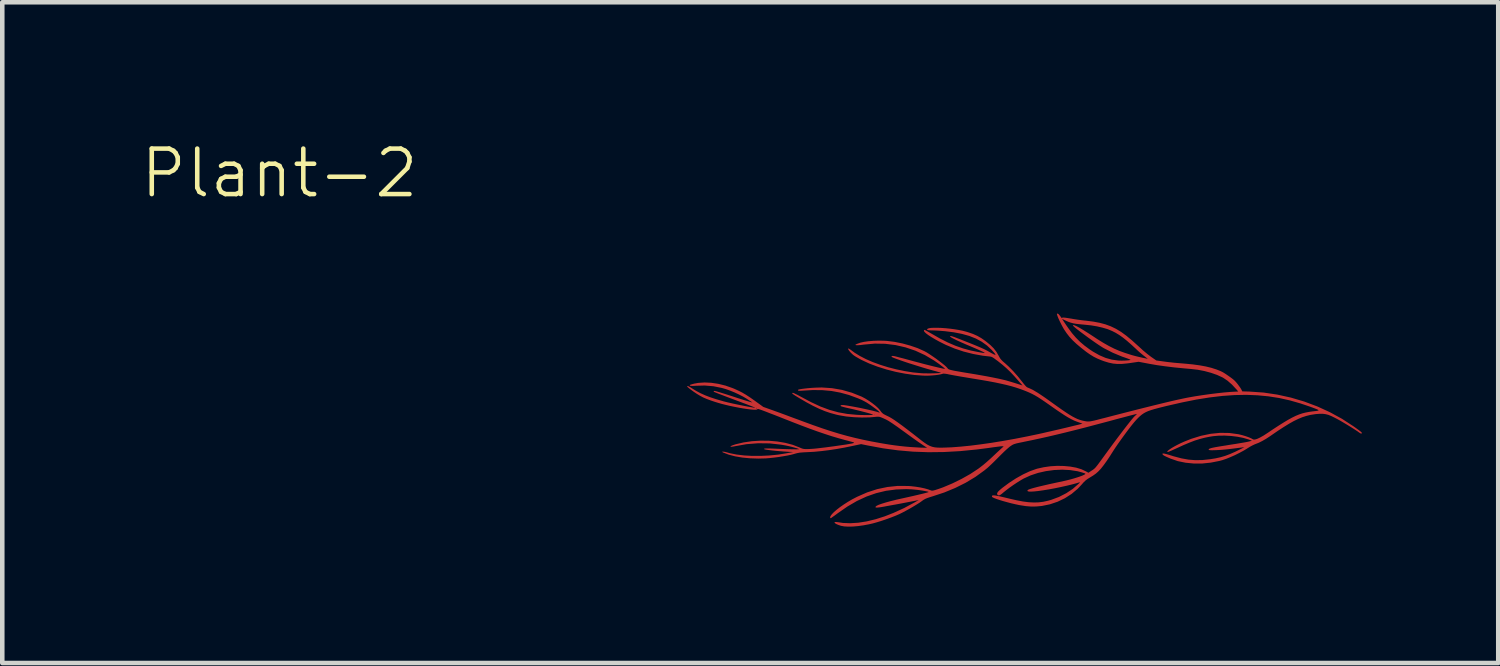
<source format=kicad_pcb>
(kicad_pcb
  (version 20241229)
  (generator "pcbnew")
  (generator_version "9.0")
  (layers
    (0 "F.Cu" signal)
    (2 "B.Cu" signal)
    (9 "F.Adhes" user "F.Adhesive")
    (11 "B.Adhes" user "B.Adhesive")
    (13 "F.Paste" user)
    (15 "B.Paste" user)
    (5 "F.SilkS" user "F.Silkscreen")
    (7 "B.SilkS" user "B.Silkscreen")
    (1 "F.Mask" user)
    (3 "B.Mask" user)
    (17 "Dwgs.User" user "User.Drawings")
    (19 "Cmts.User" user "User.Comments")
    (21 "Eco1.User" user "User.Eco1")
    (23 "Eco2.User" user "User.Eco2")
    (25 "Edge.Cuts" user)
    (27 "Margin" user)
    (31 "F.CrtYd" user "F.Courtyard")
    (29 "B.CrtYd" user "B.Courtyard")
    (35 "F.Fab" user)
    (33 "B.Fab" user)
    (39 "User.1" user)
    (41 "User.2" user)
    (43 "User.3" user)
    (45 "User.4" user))
  (footprint "Plant-2"
    (layer "F.Cu")
    (at 19.862 6.095)
    (property "Reference" "Plant-2" (at -16.764 -5.334 0) (unlocked yes) (layer "F.SilkS") (effects (font (size 1 1) (thickness 0.1))))
    (attr smd)
    (fp_poly (pts (xy -7.796 -0.646) (xy -7.796 -0.645) (xy -7.784 -0.629) (xy -7.751 -0.601) (xy -7.697 -0.56) (xy -7.65 -0.526) (xy -7.578 -0.478) (xy -7.511 -0.438) (xy -7.443 -0.402) (xy -7.369 -0.37) (xy -7.283 -0.338) (xy -7.182 -0.304) (xy -7.123 -0.286) (xy -7.04 -0.262) (xy -6.949 -0.239) (xy -6.853 -0.216) (xy -6.755 -0.196) (xy -6.658 -0.177) (xy -6.565 -0.161) (xy -6.478 -0.148) (xy -6.402 -0.138) (xy -6.338 -0.133) (xy -6.29 -0.132) (xy -6.26 -0.136) (xy -6.253 -0.142) (xy -6.251 -0.145) (xy -6.248 -0.148) (xy -6.242 -0.149) (xy -6.231 -0.148) (xy -6.214 -0.143) (xy -6.189 -0.135) (xy -6.154 -0.123) (xy -6.109 -0.106) (xy -6.05 -0.084) (xy -5.977 -0.055) (xy -5.887 -0.021) (xy -5.78 0.021) (xy -5.654 0.071) (xy -5.506 0.129) (xy -5.502 0.131) (xy -5.295 0.211) (xy -5.106 0.282) (xy -4.932 0.345) (xy -4.77 0.4) (xy -4.617 0.45) (xy -4.468 0.494) (xy -4.321 0.535) (xy -4.273 0.547) (xy -4.208 0.565) (xy -4.163 0.577) (xy -4.137 0.585) (xy -4.126 0.592) (xy -4.128 0.597) (xy -4.139 0.601) (xy -4.145 0.603) (xy -4.175 0.611) (xy -4.227 0.62) (xy -4.295 0.632) (xy -4.377 0.644) (xy -4.468 0.657) (xy -4.564 0.671) (xy -4.664 0.684) (xy -4.761 0.697) (xy -4.854 0.708) (xy -4.937 0.718) (xy -5.008 0.725) (xy -5.063 0.729) (xy -5.079 0.73) (xy -5.146 0.733) (xy -5.195 0.733) (xy -5.232 0.73) (xy -5.263 0.723) (xy -5.295 0.711) (xy -5.329 0.696) (xy -5.476 0.639) (xy -5.639 0.596) (xy -5.815 0.566) (xy -5.999 0.55) (xy -6.187 0.548) (xy -6.374 0.56) (xy -6.558 0.587) (xy -6.731 0.628) (xy -6.79 0.647) (xy -6.828 0.663) (xy -6.845 0.675) (xy -6.841 0.681) (xy -6.816 0.682) (xy -6.768 0.675) (xy -6.745 0.67) (xy -6.49 0.625) (xy -6.235 0.605) (xy -5.982 0.608) (xy -5.732 0.636) (xy -5.629 0.654) (xy -5.564 0.668) (xy -5.5 0.683) (xy -5.44 0.699) (xy -5.391 0.713) (xy -5.355 0.725) (xy -5.338 0.733) (xy -5.337 0.735) (xy -5.348 0.737) (xy -5.381 0.738) (xy -5.433 0.738) (xy -5.501 0.737) (xy -5.582 0.735) (xy -5.673 0.732) (xy -5.771 0.728) (xy -5.839 0.725) (xy -5.935 0.721) (xy -6.008 0.719) (xy -6.06 0.719) (xy -6.092 0.722) (xy -6.106 0.727) (xy -6.104 0.734) (xy -6.103 0.735) (xy -6.084 0.741) (xy -6.046 0.748) (xy -5.99 0.756) (xy -5.922 0.764) (xy -5.844 0.772) (xy -5.761 0.779) (xy -5.677 0.786) (xy -5.594 0.791) (xy -5.573 0.793) (xy -5.463 0.798) (xy -5.609 0.825) (xy -5.797 0.855) (xy -5.99 0.874) (xy -6.181 0.883) (xy -6.368 0.883) (xy -6.546 0.873) (xy -6.712 0.853) (xy -6.861 0.823) (xy -6.92 0.806) (xy -6.963 0.795) (xy -6.998 0.79) (xy -7.02 0.789) (xy -7.027 0.794) (xy -7.015 0.804) (xy -7.005 0.809) (xy -6.882 0.856) (xy -6.74 0.893) (xy -6.582 0.92) (xy -6.412 0.936) (xy -6.233 0.942) (xy -6.072 0.938) (xy -5.985 0.931) (xy -5.889 0.921) (xy -5.788 0.908) (xy -5.689 0.892) (xy -5.596 0.876) (xy -5.514 0.859) (xy -5.449 0.842) (xy -5.426 0.835) (xy -5.377 0.822) (xy -5.317 0.811) (xy -5.24 0.805) (xy -5.144 0.8) (xy -5.141 0.8) (xy -5.005 0.793) (xy -4.851 0.778) (xy -4.685 0.758) (xy -4.512 0.732) (xy -4.339 0.701) (xy -4.207 0.674) (xy -3.971 0.624) (xy -3.824 0.654) (xy -3.49 0.716) (xy -3.159 0.761) (xy -2.826 0.79) (xy -2.49 0.802) (xy -2.146 0.798) (xy -1.793 0.778) (xy -1.426 0.742) (xy -1.164 0.708) (xy -1.061 0.693) (xy -0.981 0.683) (xy -0.92 0.675) (xy -0.877 0.671) (xy -0.851 0.671) (xy -0.839 0.673) (xy -0.839 0.678) (xy -0.843 0.682) (xy -0.863 0.699) (xy -0.896 0.729) (xy -0.939 0.769) (xy -0.989 0.815) (xy -1.014 0.839) (xy -1.114 0.933) (xy -1.202 1.012) (xy -1.281 1.079) (xy -1.354 1.136) (xy -1.393 1.165) (xy -1.567 1.28) (xy -1.759 1.388) (xy -1.96 1.487) (xy -2.164 1.573) (xy -2.219 1.593) (xy -2.292 1.618) (xy -2.345 1.635) (xy -2.383 1.645) (xy -2.41 1.648) (xy -2.428 1.645) (xy -2.433 1.643) (xy -2.495 1.62) (xy -2.576 1.597) (xy -2.67 1.577) (xy -2.771 1.561) (xy -2.875 1.549) (xy -2.934 1.545) (xy -3.163 1.543) (xy -3.391 1.567) (xy -3.616 1.614) (xy -3.838 1.686) (xy -4.057 1.782) (xy -4.169 1.84) (xy -4.263 1.895) (xy -4.353 1.953) (xy -4.435 2.01) (xy -4.508 2.067) (xy -4.568 2.119) (xy -4.614 2.166) (xy -4.642 2.205) (xy -4.651 2.227) (xy -4.65 2.248) (xy -4.642 2.254) (xy -4.627 2.247) (xy -4.598 2.226) (xy -4.556 2.197) (xy -4.506 2.16) (xy -4.48 2.141) (xy -4.271 1.996) (xy -4.063 1.875) (xy -3.852 1.777) (xy -3.64 1.703) (xy -3.424 1.651) (xy -3.202 1.622) (xy -2.975 1.614) (xy -2.855 1.619) (xy -2.798 1.624) (xy -2.735 1.63) (xy -2.67 1.639) (xy -2.609 1.648) (xy -2.555 1.658) (xy -2.513 1.666) (xy -2.489 1.674) (xy -2.484 1.677) (xy -2.495 1.682) (xy -2.528 1.692) (xy -2.581 1.706) (xy -2.65 1.723) (xy -2.735 1.743) (xy -2.833 1.766) (xy -2.941 1.79) (xy -3.048 1.814) (xy -3.196 1.847) (xy -3.324 1.879) (xy -3.433 1.909) (xy -3.52 1.936) (xy -3.587 1.96) (xy -3.631 1.982) (xy -3.653 2.001) (xy -3.652 2.016) (xy -3.649 2.018) (xy -3.632 2.02) (xy -3.598 2.018) (xy -3.551 2.013) (xy -3.525 2.009) (xy -3.468 1.999) (xy -3.394 1.985) (xy -3.306 1.969) (xy -3.211 1.952) (xy -3.113 1.934) (xy -3.019 1.916) (xy -2.932 1.899) (xy -2.858 1.885) (xy -2.802 1.874) (xy -2.797 1.873) (xy -2.702 1.853) (xy -2.797 1.908) (xy -3.022 2.029) (xy -3.256 2.136) (xy -3.452 2.213) (xy -3.654 2.277) (xy -3.849 2.324) (xy -4.034 2.353) (xy -4.209 2.364) (xy -4.37 2.358) (xy -4.468 2.343) (xy -4.518 2.337) (xy -4.547 2.338) (xy -4.557 2.347) (xy -4.548 2.361) (xy -4.522 2.379) (xy -4.48 2.398) (xy -4.422 2.418) (xy -4.412 2.421) (xy -4.342 2.434) (xy -4.254 2.439) (xy -4.151 2.437) (xy -4.037 2.427) (xy -3.917 2.41) (xy -3.795 2.387) (xy -3.712 2.368) (xy -3.622 2.343) (xy -3.519 2.311) (xy -3.41 2.274) (xy -3.304 2.235) (xy -3.207 2.197) (xy -3.131 2.164) (xy -3.064 2.131) (xy -2.987 2.09) (xy -2.906 2.046) (xy -2.826 1.999) (xy -2.751 1.954) (xy -2.687 1.914) (xy -2.639 1.88) (xy -2.63 1.873) (xy -2.597 1.85) (xy -2.562 1.83) (xy -2.52 1.812) (xy -2.465 1.793) (xy -2.394 1.771) (xy -2.142 1.688) (xy -1.9 1.588) (xy -1.671 1.474) (xy -1.458 1.346) (xy -1.264 1.206) (xy -1.191 1.147) (xy -1.155 1.114) (xy -1.106 1.068) (xy -1.05 1.014) (xy -0.991 0.955) (xy -0.941 0.905) (xy -0.883 0.847) (xy -0.826 0.791) (xy -0.772 0.741) (xy -0.726 0.701) (xy -0.697 0.677) (xy -0.669 0.658) (xy -0.644 0.642) (xy -0.618 0.629) (xy -0.586 0.618) (xy -0.544 0.606) (xy -0.489 0.594) (xy -0.415 0.579) (xy -0.373 0.57) (xy -0.207 0.536) (xy -0.035 0.499) (xy 0.143 0.459) (xy 0.33 0.415) (xy 0.529 0.367) (xy 0.741 0.314) (xy 0.968 0.256) (xy 1.213 0.191) (xy 1.478 0.121) (xy 1.658 0.072) (xy 1.757 0.046) (xy 1.848 0.022) (xy 1.929 0.000346) (xy 1.997 -0.017) (xy 2.049 -0.03) (xy 2.083 -0.038) (xy 2.096 -0.041) (xy 2.096 -0.041) (xy 2.088 -0.03) (xy 2.067 -0.009) (xy 2.046 0.01) (xy 2.024 0.033) (xy 1.989 0.074) (xy 1.942 0.132) (xy 1.886 0.203) (xy 1.82 0.288) (xy 1.748 0.383) (xy 1.669 0.487) (xy 1.586 0.598) (xy 1.5 0.715) (xy 1.412 0.835) (xy 1.356 0.912) (xy 1.301 0.988) (xy 1.258 1.046) (xy 1.225 1.09) (xy 1.198 1.123) (xy 1.177 1.148) (xy 1.157 1.166) (xy 1.138 1.182) (xy 1.116 1.197) (xy 1.104 1.204) (xy 1.029 1.254) (xy 0.974 1.223) (xy 0.876 1.177) (xy 0.761 1.142) (xy 0.63 1.118) (xy 0.49 1.105) (xy 0.344 1.102) (xy 0.195 1.111) (xy 0.048 1.132) (xy -0.093 1.163) (xy -0.12 1.171) (xy -0.26 1.221) (xy -0.408 1.29) (xy -0.562 1.376) (xy -0.716 1.476) (xy -0.864 1.586) (xy -0.921 1.634) (xy -0.959 1.671) (xy -0.978 1.701) (xy -0.98 1.723) (xy -0.976 1.731) (xy -0.958 1.749) (xy -0.938 1.753) (xy -0.911 1.742) (xy -0.873 1.715) (xy -0.848 1.693) (xy -0.783 1.641) (xy -0.704 1.581) (xy -0.617 1.52) (xy -0.529 1.462) (xy -0.447 1.411) (xy -0.394 1.381) (xy -0.243 1.312) (xy -0.078 1.257) (xy 0.096 1.218) (xy 0.274 1.194) (xy 0.452 1.186) (xy 0.625 1.195) (xy 0.788 1.22) (xy 0.869 1.241) (xy 0.911 1.254) (xy 0.944 1.265) (xy 0.961 1.272) (xy 0.962 1.273) (xy 0.96 1.283) (xy 0.938 1.297) (xy 0.898 1.316) (xy 0.844 1.336) (xy 0.778 1.358) (xy 0.704 1.381) (xy 0.625 1.403) (xy 0.544 1.423) (xy 0.5 1.433) (xy 0.32 1.472) (xy 0.163 1.506) (xy 0.03 1.537) (xy -0.08 1.563) (xy -0.168 1.586) (xy -0.234 1.605) (xy -0.279 1.62) (xy -0.303 1.632) (xy -0.306 1.635) (xy -0.313 1.652) (xy -0.301 1.663) (xy -0.271 1.668) (xy -0.219 1.668) (xy -0.164 1.665) (xy -0.071 1.655) (xy 0.04 1.639) (xy 0.163 1.619) (xy 0.292 1.595) (xy 0.422 1.568) (xy 0.548 1.54) (xy 0.664 1.512) (xy 0.764 1.485) (xy 0.817 1.469) (xy 0.837 1.463) (xy 0.842 1.465) (xy 0.831 1.479) (xy 0.813 1.497) (xy 0.686 1.608) (xy 0.542 1.704) (xy 0.382 1.786) (xy 0.21 1.85) (xy 0.138 1.87) (xy 0.037 1.892) (xy -0.065 1.905) (xy -0.172 1.908) (xy -0.286 1.902) (xy -0.411 1.886) (xy -0.552 1.859) (xy -0.71 1.823) (xy -0.717 1.821) (xy -0.825 1.795) (xy -0.912 1.775) (xy -0.979 1.761) (xy -1.028 1.753) (xy -1.062 1.751) (xy -1.083 1.754) (xy -1.092 1.762) (xy -1.092 1.776) (xy -1.09 1.784) (xy -1.075 1.796) (xy -1.039 1.813) (xy -0.986 1.833) (xy -0.92 1.855) (xy -0.844 1.878) (xy -0.761 1.901) (xy -0.675 1.924) (xy -0.589 1.944) (xy -0.506 1.962) (xy -0.474 1.968) (xy -0.346 1.988) (xy -0.232 1.997) (xy -0.12 1.996) (xy -0.003 1.985) (xy 0.007 1.984) (xy 0.182 1.948) (xy 0.352 1.891) (xy 0.512 1.814) (xy 0.66 1.719) (xy 0.793 1.607) (xy 0.883 1.511) (xy 0.927 1.461) (xy 0.965 1.425) (xy 1.005 1.394) (xy 1.053 1.364) (xy 1.132 1.316) (xy 1.195 1.271) (xy 1.249 1.223) (xy 1.302 1.167) (xy 1.358 1.096) (xy 1.372 1.077) (xy 1.417 1.015) (xy 1.464 0.947) (xy 1.507 0.882) (xy 1.537 0.834) (xy 1.575 0.774) (xy 1.623 0.701) (xy 1.679 0.619) (xy 1.741 0.532) (xy 1.805 0.443) (xy 1.869 0.356) (xy 1.93 0.275) (xy 1.987 0.202) (xy 2.035 0.143) (xy 2.073 0.1) (xy 2.076 0.096) (xy 2.122 0.048) (xy 2.164 0.008) (xy 2.204 -0.025) (xy 2.246 -0.054) (xy 2.291 -0.079) (xy 2.345 -0.103) (xy 2.408 -0.125) (xy 2.485 -0.148) (xy 2.578 -0.173) (xy 2.69 -0.201) (xy 2.764 -0.219) (xy 3.093 -0.294) (xy 3.403 -0.356) (xy 3.697 -0.403) (xy 3.977 -0.436) (xy 4.244 -0.455) (xy 4.501 -0.46) (xy 4.749 -0.45) (xy 4.99 -0.427) (xy 5.226 -0.39) (xy 5.459 -0.338) (xy 5.69 -0.272) (xy 5.883 -0.207) (xy 5.967 -0.177) (xy 6.028 -0.154) (xy 6.069 -0.137) (xy 6.089 -0.125) (xy 6.091 -0.117) (xy 6.074 -0.111) (xy 6.04 -0.105) (xy 5.99 -0.099) (xy 5.962 -0.096) (xy 5.883 -0.085) (xy 5.809 -0.071) (xy 5.737 -0.053) (xy 5.665 -0.029) (xy 5.59 0.002) (xy 5.51 0.041) (xy 5.422 0.089) (xy 5.325 0.147) (xy 5.214 0.217) (xy 5.088 0.299) (xy 4.977 0.374) (xy 4.883 0.435) (xy 4.803 0.48) (xy 4.738 0.51) (xy 4.688 0.524) (xy 4.655 0.522) (xy 4.649 0.519) (xy 4.611 0.497) (xy 4.555 0.473) (xy 4.487 0.449) (xy 4.414 0.427) (xy 4.34 0.409) (xy 4.326 0.406) (xy 4.129 0.379) (xy 3.926 0.376) (xy 3.718 0.397) (xy 3.506 0.441) (xy 3.29 0.508) (xy 3.146 0.565) (xy 3.062 0.602) (xy 2.984 0.641) (xy 2.913 0.679) (xy 2.854 0.714) (xy 2.807 0.746) (xy 2.776 0.771) (xy 2.764 0.79) (xy 2.767 0.798) (xy 2.781 0.796) (xy 2.813 0.784) (xy 2.859 0.765) (xy 2.916 0.739) (xy 2.974 0.713) (xy 3.12 0.646) (xy 3.251 0.591) (xy 3.369 0.546) (xy 3.481 0.511) (xy 3.589 0.483) (xy 3.698 0.461) (xy 3.774 0.449) (xy 3.898 0.438) (xy 4.033 0.437) (xy 4.172 0.445) (xy 4.309 0.462) (xy 4.436 0.487) (xy 4.548 0.52) (xy 4.564 0.526) (xy 4.627 0.549) (xy 4.564 0.566) (xy 4.533 0.573) (xy 4.483 0.583) (xy 4.418 0.594) (xy 4.341 0.607) (xy 4.259 0.621) (xy 4.223 0.626) (xy 4.134 0.64) (xy 4.045 0.655) (xy 3.96 0.668) (xy 3.887 0.68) (xy 3.83 0.69) (xy 3.818 0.692) (xy 3.746 0.707) (xy 3.699 0.721) (xy 3.675 0.735) (xy 3.676 0.748) (xy 3.679 0.752) (xy 3.7 0.757) (xy 3.741 0.759) (xy 3.799 0.758) (xy 3.872 0.755) (xy 3.954 0.75) (xy 4.044 0.742) (xy 4.138 0.732) (xy 4.209 0.723) (xy 4.459 0.691) (xy 4.388 0.728) (xy 4.26 0.791) (xy 4.145 0.842) (xy 4.039 0.882) (xy 3.934 0.913) (xy 3.825 0.937) (xy 3.707 0.956) (xy 3.54 0.974) (xy 3.382 0.977) (xy 3.23 0.965) (xy 3.074 0.937) (xy 2.908 0.893) (xy 2.882 0.885) (xy 2.802 0.86) (xy 2.742 0.843) (xy 2.701 0.833) (xy 2.674 0.83) (xy 2.661 0.832) (xy 2.657 0.838) (xy 2.661 0.851) (xy 2.676 0.866) (xy 2.706 0.884) (xy 2.752 0.906) (xy 2.818 0.935) (xy 2.837 0.943) (xy 2.995 0.998) (xy 3.165 1.033) (xy 3.346 1.051) (xy 3.532 1.051) (xy 3.722 1.031) (xy 3.91 0.994) (xy 3.977 0.976) (xy 4.057 0.949) (xy 4.151 0.911) (xy 4.251 0.867) (xy 4.351 0.817) (xy 4.444 0.767) (xy 4.524 0.719) (xy 4.531 0.714) (xy 4.584 0.681) (xy 4.638 0.652) (xy 4.685 0.63) (xy 4.697 0.625) (xy 4.776 0.594) (xy 4.854 0.555) (xy 4.937 0.507) (xy 5.032 0.445) (xy 5.05 0.432) (xy 5.196 0.332) (xy 5.325 0.248) (xy 5.44 0.177) (xy 5.545 0.118) (xy 5.642 0.071) (xy 5.732 0.033) (xy 5.819 0.005) (xy 5.906 -0.017) (xy 5.994 -0.031) (xy 6.036 -0.037) (xy 6.116 -0.043) (xy 6.185 -0.043) (xy 6.247 -0.035) (xy 6.309 -0.019) (xy 6.377 0.009) (xy 6.456 0.048) (xy 6.496 0.069) (xy 6.562 0.105) (xy 6.637 0.149) (xy 6.718 0.197) (xy 6.799 0.247) (xy 6.875 0.295) (xy 6.941 0.338) (xy 6.992 0.374) (xy 7.006 0.384) (xy 7.03 0.393) (xy 7.042 0.386) (xy 7.045 0.379) (xy 7.041 0.371) (xy 7.029 0.358) (xy 7.007 0.339) (xy 6.971 0.312) (xy 6.92 0.275) (xy 6.857 0.23) (xy 6.608 0.068) (xy 6.343 -0.077) (xy 6.066 -0.204) (xy 5.778 -0.312) (xy 5.484 -0.399) (xy 5.185 -0.465) (xy 4.884 -0.51) (xy 4.583 -0.531) (xy 4.569 -0.532) (xy 4.414 -0.536) (xy 4.392 -0.58) (xy 4.374 -0.61) (xy 4.345 -0.651) (xy 4.312 -0.696) (xy 4.303 -0.707) (xy 4.271 -0.745) (xy 4.24 -0.777) (xy 4.205 -0.807) (xy 4.16 -0.841) (xy 4.105 -0.88) (xy 4.042 -0.923) (xy 3.99 -0.955) (xy 3.941 -0.98) (xy 3.887 -1.002) (xy 3.849 -1.017) (xy 3.734 -1.054) (xy 3.611 -1.084) (xy 3.474 -1.109) (xy 3.32 -1.13) (xy 3.175 -1.144) (xy 3.071 -1.153) (xy 2.987 -1.16) (xy 2.916 -1.166) (xy 2.855 -1.173) (xy 2.798 -1.179) (xy 2.74 -1.186) (xy 2.676 -1.195) (xy 2.647 -1.199) (xy 2.523 -1.216) (xy 2.407 -1.296) (xy 2.326 -1.358) (xy 2.231 -1.437) (xy 2.125 -1.534) (xy 2.119 -1.539) (xy 1.987 -1.658) (xy 1.865 -1.759) (xy 1.835 -1.781) (xy 1.789 -1.719) (xy 1.875 -1.65) (xy 1.97 -1.567) (xy 2.078 -1.468) (xy 2.094 -1.452) (xy 2.143 -1.407) (xy 2.2 -1.359) (xy 2.251 -1.317) (xy 2.254 -1.315) (xy 2.336 -1.252) (xy 2.214 -1.277) (xy 2.144 -1.293) (xy 2.065 -1.312) (xy 1.992 -1.332) (xy 1.975 -1.337) (xy 1.839 -1.38) (xy 1.714 -1.425) (xy 1.596 -1.476) (xy 1.479 -1.535) (xy 1.357 -1.604) (xy 1.226 -1.685) (xy 1.154 -1.733) (xy 1.03 -1.814) (xy 0.925 -1.88) (xy 0.838 -1.932) (xy 0.772 -1.968) (xy 0.724 -1.989) (xy 0.695 -1.994) (xy 0.686 -1.989) (xy 0.694 -1.977) (xy 0.719 -1.953) (xy 0.759 -1.919) (xy 0.811 -1.878) (xy 0.873 -1.831) (xy 0.942 -1.78) (xy 1.014 -1.727) (xy 1.088 -1.674) (xy 1.16 -1.623) (xy 1.228 -1.576) (xy 1.29 -1.535) (xy 1.342 -1.502) (xy 1.371 -1.485) (xy 1.567 -1.385) (xy 1.77 -1.301) (xy 1.84 -1.277) (xy 1.888 -1.26) (xy 1.927 -1.245) (xy 1.95 -1.234) (xy 1.955 -1.231) (xy 1.945 -1.225) (xy 1.915 -1.22) (xy 1.871 -1.216) (xy 1.819 -1.213) (xy 1.763 -1.212) (xy 1.709 -1.213) (xy 1.683 -1.215) (xy 1.545 -1.234) (xy 1.408 -1.272) (xy 1.27 -1.331) (xy 1.129 -1.411) (xy 1.055 -1.46) (xy 0.943 -1.543) (xy 0.844 -1.627) (xy 0.754 -1.717) (xy 0.668 -1.817) (xy 0.582 -1.934) (xy 0.534 -2.003) (xy 0.449 -2.131) (xy 0.545 -2.085) (xy 0.594 -2.064) (xy 0.643 -2.047) (xy 0.697 -2.033) (xy 0.76 -2.022) (xy 0.838 -2.013) (xy 0.934 -2.004) (xy 0.956 -2.002) (xy 1.088 -1.988) (xy 1.218 -1.966) (xy 1.339 -1.938) (xy 1.446 -1.907) (xy 1.472 -1.897) (xy 1.553 -1.863) (xy 1.631 -1.823) (xy 1.708 -1.776) (xy 1.789 -1.719) (xy 1.835 -1.781) (xy 1.75 -1.843) (xy 1.636 -1.912) (xy 1.521 -1.967) (xy 1.402 -2.011) (xy 1.274 -2.045) (xy 1.133 -2.071) (xy 0.976 -2.091) (xy 0.952 -2.093) (xy 0.883 -2.101) (xy 0.801 -2.112) (xy 0.715 -2.125) (xy 0.636 -2.139) (xy 0.634 -2.139) (xy 0.571 -2.149) (xy 0.517 -2.157) (xy 0.477 -2.16) (xy 0.456 -2.159) (xy 0.453 -2.157) (xy 0.449 -2.148) (xy 0.444 -2.147) (xy 0.435 -2.157) (xy 0.417 -2.181) (xy 0.405 -2.197) (xy 0.375 -2.233) (xy 0.354 -2.248) (xy 0.338 -2.243) (xy 0.337 -2.241) (xy 0.338 -2.226) (xy 0.349 -2.193) (xy 0.367 -2.147) (xy 0.391 -2.094) (xy 0.419 -2.037) (xy 0.448 -1.98) (xy 0.477 -1.928) (xy 0.49 -1.905) (xy 0.549 -1.817) (xy 0.612 -1.736) (xy 0.684 -1.658) (xy 0.767 -1.58) (xy 0.868 -1.495) (xy 0.887 -1.48) (xy 0.981 -1.406) (xy 1.064 -1.348) (xy 1.142 -1.3) (xy 1.221 -1.26) (xy 1.306 -1.224) (xy 1.374 -1.199) (xy 1.476 -1.168) (xy 1.57 -1.148) (xy 1.665 -1.139) (xy 1.766 -1.14) (xy 1.881 -1.151) (xy 1.928 -1.157) (xy 2.134 -1.187) (xy 2.382 -1.14) (xy 2.539 -1.113) (xy 2.717 -1.088) (xy 2.914 -1.064) (xy 3.125 -1.043) (xy 3.283 -1.029) (xy 3.433 -1.012) (xy 3.583 -0.983) (xy 3.727 -0.944) (xy 3.859 -0.898) (xy 3.975 -0.845) (xy 3.995 -0.834) (xy 4.089 -0.771) (xy 4.186 -0.686) (xy 4.282 -0.583) (xy 4.286 -0.579) (xy 4.325 -0.533) (xy 4.274 -0.531) (xy 4.151 -0.524) (xy 4.01 -0.512) (xy 3.856 -0.495) (xy 3.695 -0.475) (xy 3.531 -0.452) (xy 3.37 -0.427) (xy 3.218 -0.4) (xy 3.177 -0.392) (xy 3.092 -0.374) (xy 2.993 -0.353) (xy 2.878 -0.327) (xy 2.747 -0.296) (xy 2.599 -0.26) (xy 2.432 -0.219) (xy 2.247 -0.173) (xy 2.041 -0.121) (xy 1.814 -0.063) (xy 1.565 0.001) (xy 1.393 0.046) (xy 1.293 0.071) (xy 1.214 0.092) (xy 1.152 0.107) (xy 1.103 0.117) (xy 1.066 0.124) (xy 1.036 0.126) (xy 1.009 0.126) (xy 0.984 0.124) (xy 0.957 0.119) (xy 0.945 0.117) (xy 0.893 0.106) (xy 0.842 0.091) (xy 0.791 0.073) (xy 0.738 0.048) (xy 0.679 0.017) (xy 0.612 -0.023) (xy 0.535 -0.073) (xy 0.445 -0.134) (xy 0.34 -0.208) (xy 0.256 -0.268) (xy 0.149 -0.345) (xy 0.058 -0.409) (xy -0.019 -0.461) (xy -0.084 -0.504) (xy -0.141 -0.538) (xy -0.19 -0.567) (xy -0.237 -0.59) (xy -0.282 -0.61) (xy -0.309 -0.621) (xy -0.331 -0.634) (xy -0.358 -0.661) (xy -0.394 -0.704) (xy -0.428 -0.747) (xy -0.524 -0.867) (xy -0.626 -0.982) (xy -0.728 -1.085) (xy -0.804 -1.154) (xy -0.851 -1.194) (xy -0.884 -1.227) (xy -0.909 -1.257) (xy -0.93 -1.292) (xy -0.944 -1.318) (xy -0.993 -1.403) (xy -1.052 -1.48) (xy -1.126 -1.554) (xy -1.218 -1.63) (xy -1.237 -1.645) (xy -1.325 -1.706) (xy -1.412 -1.756) (xy -1.506 -1.798) (xy -1.615 -1.836) (xy -1.658 -1.849) (xy -1.735 -1.869) (xy -1.822 -1.887) (xy -1.915 -1.902) (xy -2.012 -1.915) (xy -2.11 -1.925) (xy -2.204 -1.932) (xy -2.291 -1.935) (xy -2.369 -1.935) (xy -2.434 -1.932) (xy -2.482 -1.924) (xy -2.51 -1.912) (xy -2.513 -1.909) (xy -2.52 -1.896) (xy -2.516 -1.888) (xy -2.498 -1.882) (xy -2.462 -1.879) (xy -2.406 -1.877) (xy -2.389 -1.877) (xy -2.334 -1.875) (xy -2.264 -1.871) (xy -2.19 -1.865) (xy -2.135 -1.861) (xy -1.934 -1.836) (xy -1.754 -1.801) (xy -1.593 -1.756) (xy -1.448 -1.699) (xy -1.319 -1.629) (xy -1.203 -1.546) (xy -1.099 -1.448) (xy -1.035 -1.376) (xy -1.018 -1.352) (xy -1.015 -1.341) (xy -1.026 -1.34) (xy -1.054 -1.352) (xy -1.1 -1.376) (xy -1.145 -1.401) (xy -1.189 -1.426) (xy -1.235 -1.45) (xy -1.284 -1.474) (xy -1.34 -1.499) (xy -1.406 -1.527) (xy -1.486 -1.56) (xy -1.583 -1.599) (xy -1.684 -1.639) (xy -1.78 -1.677) (xy -1.855 -1.706) (xy -1.912 -1.728) (xy -1.954 -1.742) (xy -1.983 -1.751) (xy -2.001 -1.754) (xy -2.01 -1.753) (xy -2.014 -1.748) (xy -2.014 -1.747) (xy -2.005 -1.735) (xy -1.977 -1.716) (xy -1.928 -1.69) (xy -1.859 -1.656) (xy -1.769 -1.615) (xy -1.657 -1.566) (xy -1.522 -1.509) (xy -1.454 -1.48) (xy -1.39 -1.452) (xy -1.335 -1.427) (xy -1.294 -1.408) (xy -1.277 -1.399) (xy -1.258 -1.388) (xy -1.253 -1.382) (xy -1.262 -1.38) (xy -1.288 -1.383) (xy -1.334 -1.39) (xy -1.377 -1.398) (xy -1.556 -1.434) (xy -1.727 -1.481) (xy -1.894 -1.539) (xy -2.062 -1.611) (xy -2.236 -1.699) (xy -2.383 -1.783) (xy -2.443 -1.817) (xy -2.496 -1.847) (xy -2.538 -1.871) (xy -2.566 -1.885) (xy -2.576 -1.889) (xy -2.587 -1.88) (xy -2.589 -1.868) (xy -2.577 -1.845) (xy -2.545 -1.814) (xy -2.495 -1.776) (xy -2.429 -1.733) (xy -2.35 -1.686) (xy -2.26 -1.636) (xy -2.16 -1.585) (xy -2.104 -1.558) (xy -1.916 -1.479) (xy -1.713 -1.411) (xy -1.502 -1.358) (xy -1.29 -1.32) (xy -1.147 -1.304) (xy -1.124 -1.301) (xy -1.103 -1.296) (xy -1.08 -1.285) (xy -1.051 -1.267) (xy -1.012 -1.238) (xy -0.957 -1.198) (xy -0.953 -1.194) (xy -0.861 -1.121) (xy -0.774 -1.045) (xy -0.687 -0.962) (xy -0.596 -0.865) (xy -0.526 -0.786) (xy -0.42 -0.666) (xy -0.585 -0.718) (xy -0.649 -0.738) (xy -0.71 -0.756) (xy -0.761 -0.771) (xy -0.796 -0.781) (xy -0.801 -0.782) (xy -0.925 -0.811) (xy -1.056 -0.838) (xy -1.199 -0.866) (xy -1.358 -0.894) (xy -1.46 -0.912) (xy -1.594 -0.934) (xy -1.705 -0.952) (xy -1.796 -0.968) (xy -1.87 -0.981) (xy -1.928 -0.991) (xy -1.972 -1.001) (xy -2.005 -1.009) (xy -2.029 -1.016) (xy -2.045 -1.023) (xy -2.057 -1.031) (xy -2.065 -1.039) (xy -2.072 -1.049) (xy -2.073 -1.05) (xy -2.098 -1.077) (xy -2.139 -1.114) (xy -2.194 -1.158) (xy -2.258 -1.207) (xy -2.326 -1.258) (xy -2.397 -1.307) (xy -2.464 -1.352) (xy -2.525 -1.391) (xy -2.576 -1.419) (xy -2.582 -1.422) (xy -2.727 -1.487) (xy -2.89 -1.543) (xy -3.061 -1.59) (xy -3.233 -1.625) (xy -3.4 -1.646) (xy -3.468 -1.65) (xy -3.585 -1.652) (xy -3.702 -1.648) (xy -3.811 -1.639) (xy -3.909 -1.625) (xy -3.989 -1.607) (xy -4 -1.603) (xy -4.055 -1.583) (xy -4.088 -1.568) (xy -4.097 -1.558) (xy -4.083 -1.552) (xy -4.048 -1.551) (xy -3.99 -1.555) (xy -3.911 -1.565) (xy -3.899 -1.566) (xy -3.669 -1.587) (xy -3.441 -1.583) (xy -3.215 -1.555) (xy -2.993 -1.504) (xy -2.777 -1.431) (xy -2.567 -1.334) (xy -2.367 -1.216) (xy -2.256 -1.139) (xy -2.208 -1.102) (xy -2.167 -1.071) (xy -2.138 -1.047) (xy -2.125 -1.034) (xy -2.124 -1.033) (xy -2.135 -1.032) (xy -2.167 -1.037) (xy -2.219 -1.048) (xy -2.287 -1.064) (xy -2.371 -1.084) (xy -2.467 -1.108) (xy -2.574 -1.135) (xy -2.69 -1.166) (xy -2.812 -1.198) (xy -2.86 -1.211) (xy -2.951 -1.236) (xy -3.036 -1.259) (xy -3.111 -1.278) (xy -3.174 -1.295) (xy -3.221 -1.307) (xy -3.249 -1.313) (xy -3.253 -1.314) (xy -3.284 -1.316) (xy -3.301 -1.309) (xy -3.3 -1.298) (xy -3.295 -1.293) (xy -3.273 -1.282) (xy -3.23 -1.264) (xy -3.17 -1.242) (xy -3.096 -1.216) (xy -3.01 -1.186) (xy -2.917 -1.155) (xy -2.817 -1.124) (xy -2.716 -1.092) (xy -2.616 -1.061) (xy -2.519 -1.032) (xy -2.429 -1.007) (xy -2.387 -0.995) (xy -2.326 -0.979) (xy -2.275 -0.964) (xy -2.237 -0.953) (xy -2.217 -0.946) (xy -2.215 -0.945) (xy -2.229 -0.941) (xy -2.264 -0.938) (xy -2.313 -0.935) (xy -2.373 -0.933) (xy -2.438 -0.932) (xy -2.505 -0.932) (xy -2.569 -0.933) (xy -2.624 -0.934) (xy -2.65 -0.936) (xy -2.828 -0.953) (xy -3.01 -0.982) (xy -3.193 -1.02) (xy -3.374 -1.066) (xy -3.548 -1.12) (xy -3.713 -1.18) (xy -3.865 -1.246) (xy -4 -1.316) (xy -4.116 -1.388) (xy -4.147 -1.411) (xy -4.196 -1.448) (xy -4.23 -1.471) (xy -4.249 -1.48) (xy -4.256 -1.477) (xy -4.252 -1.457) (xy -4.232 -1.427) (xy -4.201 -1.391) (xy -4.163 -1.354) (xy -4.138 -1.333) (xy -4.104 -1.309) (xy -4.055 -1.28) (xy -3.999 -1.248) (xy -3.958 -1.226) (xy -3.792 -1.149) (xy -3.607 -1.079) (xy -3.41 -1.017) (xy -3.206 -0.965) (xy -3.001 -0.925) (xy -2.8 -0.897) (xy -2.609 -0.883) (xy -2.533 -0.881) (xy -2.472 -0.883) (xy -2.405 -0.887) (xy -2.338 -0.893) (xy -2.277 -0.901) (xy -2.225 -0.91) (xy -2.189 -0.919) (xy -2.177 -0.924) (xy -2.158 -0.927) (xy -2.122 -0.924) (xy -2.074 -0.917) (xy -2.038 -0.909) (xy -1.995 -0.901) (xy -1.932 -0.889) (xy -1.854 -0.875) (xy -1.763 -0.859) (xy -1.665 -0.843) (xy -1.564 -0.826) (xy -1.528 -0.82) (xy -1.338 -0.789) (xy -1.17 -0.76) (xy -1.021 -0.732) (xy -0.889 -0.704) (xy -0.77 -0.677) (xy -0.663 -0.649) (xy -0.565 -0.62) (xy -0.473 -0.589) (xy -0.399 -0.562) (xy -0.328 -0.534) (xy -0.265 -0.507) (xy -0.206 -0.479) (xy -0.148 -0.448) (xy -0.086 -0.412) (xy -0.018 -0.368) (xy 0.061 -0.315) (xy 0.153 -0.251) (xy 0.217 -0.206) (xy 0.331 -0.126) (xy 0.429 -0.06) (xy 0.513 -0.005) (xy 0.586 0.039) (xy 0.651 0.075) (xy 0.71 0.104) (xy 0.768 0.127) (xy 0.81 0.142) (xy 0.852 0.157) (xy 0.882 0.168) (xy 0.896 0.173) (xy 0.897 0.174) (xy 0.885 0.177) (xy 0.853 0.186) (xy 0.803 0.199) (xy 0.738 0.214) (xy 0.66 0.233) (xy 0.574 0.254) (xy 0.481 0.276) (xy 0.384 0.299) (xy 0.288 0.321) (xy 0.193 0.343) (xy 0.104 0.363) (xy 0.024 0.382) (xy -0.046 0.397) (xy -0.057 0.4) (xy -0.326 0.456) (xy -0.591 0.508) (xy -0.85 0.554) (xy -1.1 0.595) (xy -1.34 0.629) (xy -1.567 0.658) (xy -1.778 0.679) (xy -1.972 0.694) (xy -2.146 0.701) (xy -2.21 0.702) (xy -2.286 0.701) (xy -2.35 0.695) (xy -2.406 0.683) (xy -2.46 0.663) (xy -2.516 0.634) (xy -2.579 0.592) (xy -2.653 0.537) (xy -2.69 0.507) (xy -2.831 0.397) (xy -2.955 0.302) (xy -3.062 0.221) (xy -3.154 0.154) (xy -3.232 0.099) (xy -3.297 0.057) (xy -3.349 0.027) (xy -3.379 0.012) (xy -3.433 -0.014) (xy -3.471 -0.034) (xy -3.498 -0.053) (xy -3.521 -0.076) (xy -3.545 -0.107) (xy -3.555 -0.121) (xy -3.595 -0.167) (xy -3.652 -0.219) (xy -3.722 -0.274) (xy -3.798 -0.328) (xy -3.877 -0.377) (xy -3.952 -0.417) (xy -3.96 -0.421) (xy -4.175 -0.507) (xy -4.392 -0.569) (xy -4.613 -0.607) (xy -4.837 -0.622) (xy -4.976 -0.618) (xy -5.06 -0.613) (xy -5.141 -0.606) (xy -5.213 -0.598) (xy -5.275 -0.59) (xy -5.322 -0.582) (xy -5.35 -0.575) (xy -5.356 -0.571) (xy -5.36 -0.558) (xy -5.346 -0.551) (xy -5.312 -0.549) (xy -5.259 -0.552) (xy -5.034 -0.565) (xy -4.823 -0.563) (xy -4.623 -0.545) (xy -4.43 -0.509) (xy -4.239 -0.457) (xy -4.046 -0.386) (xy -4.032 -0.38) (xy -3.961 -0.35) (xy -3.902 -0.32) (xy -3.845 -0.288) (xy -3.782 -0.247) (xy -3.744 -0.221) (xy -3.691 -0.182) (xy -3.643 -0.147) (xy -3.606 -0.117) (xy -3.583 -0.097) (xy -3.58 -0.093) (xy -3.558 -0.065) (xy -3.595 -0.078) (xy -3.632 -0.089) (xy -3.681 -0.024) (xy -3.68 -0.016) (xy -3.688 -0.014) (xy -3.69 -0.023) (xy -3.681 -0.024) (xy -3.632 -0.089) (xy -3.647 -0.093) (xy -3.718 -0.111) (xy -3.804 -0.131) (xy -3.899 -0.152) (xy -3.998 -0.173) (xy -4.097 -0.192) (xy -4.191 -0.209) (xy -4.274 -0.223) (xy -4.342 -0.233) (xy -4.367 -0.235) (xy -4.402 -0.235) (xy -4.421 -0.228) (xy -4.421 -0.216) (xy -4.415 -0.21) (xy -4.398 -0.204) (xy -4.363 -0.194) (xy -4.313 -0.181) (xy -4.253 -0.167) (xy -4.226 -0.161) (xy -4.145 -0.143) (xy -4.062 -0.123) (xy -3.981 -0.103) (xy -3.904 -0.083) (xy -3.835 -0.065) (xy -3.778 -0.049) (xy -3.736 -0.036) (xy -3.713 -0.028) (xy -3.709 -0.025) (xy -3.72 -0.02) (xy -3.751 -0.017) (xy -3.8 -0.015) (xy -3.863 -0.015) (xy -3.936 -0.016) (xy -4.016 -0.018) (xy -4.07 -0.021) (xy -4.275 -0.04) (xy -4.474 -0.076) (xy -4.669 -0.13) (xy -4.865 -0.203) (xy -5.067 -0.297) (xy -5.137 -0.334) (xy -5.231 -0.384) (xy -5.306 -0.424) (xy -5.363 -0.455) (xy -5.406 -0.476) (xy -5.437 -0.491) (xy -5.457 -0.5) (xy -5.47 -0.503) (xy -5.475 -0.504) (xy -5.486 -0.5) (xy -5.486 -0.492) (xy -5.472 -0.478) (xy -5.443 -0.457) (xy -5.397 -0.428) (xy -5.331 -0.388) (xy -5.173 -0.296) (xy -5.028 -0.218) (xy -4.894 -0.154) (xy -4.767 -0.101) (xy -4.643 -0.059) (xy -4.518 -0.025) (xy -4.456 -0.011) (xy -4.299 0.016) (xy -4.128 0.032) (xy -3.955 0.039) (xy -3.786 0.036) (xy -3.68 0.027) (xy -3.63 0.022) (xy -3.593 0.021) (xy -3.561 0.025) (xy -3.526 0.037) (xy -3.481 0.056) (xy -3.458 0.067) (xy -3.427 0.081) (xy -3.397 0.097) (xy -3.365 0.115) (xy -3.329 0.138) (xy -3.286 0.166) (xy -3.234 0.202) (xy -3.17 0.246) (xy -3.093 0.302) (xy -3 0.369) (xy -2.955 0.402) (xy -2.868 0.465) (xy -2.787 0.523) (xy -2.713 0.575) (xy -2.649 0.619) (xy -2.598 0.654) (xy -2.561 0.678) (xy -2.541 0.69) (xy -2.539 0.691) (xy -2.52 0.697) (xy -2.524 0.701) (xy -2.551 0.703) (xy -2.599 0.703) (xy -2.668 0.701) (xy -2.752 0.696) (xy -2.883 0.688) (xy -3.001 0.678) (xy -3.113 0.666) (xy -3.226 0.652) (xy -3.346 0.635) (xy -3.48 0.613) (xy -3.555 0.6) (xy -3.745 0.565) (xy -3.926 0.528) (xy -4.102 0.488) (xy -4.277 0.444) (xy -4.453 0.395) (xy -4.636 0.339) (xy -4.828 0.276) (xy -5.033 0.204) (xy -5.255 0.123) (xy -5.348 0.088) (xy -5.449 0.051) (xy -5.554 0.012) (xy -5.658 -0.027) (xy -5.756 -0.063) (xy -5.842 -0.094) (xy -5.911 -0.119) (xy -5.911 -0.119) (xy -6.122 -0.194) (xy -6.206 -0.255) (xy -6.27 -0.17) (xy -6.264 -0.161) (xy -6.268 -0.159) (xy -6.28 -0.167) (xy -6.281 -0.169) (xy -6.275 -0.174) (xy -6.27 -0.17) (xy -6.206 -0.255) (xy -6.31 -0.33) (xy -6.412 -0.402) (xy -6.503 -0.461) (xy -6.588 -0.511) (xy -6.674 -0.554) (xy -6.767 -0.596) (xy -6.805 -0.611) (xy -6.957 -0.664) (xy -7.111 -0.702) (xy -7.265 -0.725) (xy -7.412 -0.732) (xy -7.55 -0.723) (xy -7.64 -0.707) (xy -7.685 -0.695) (xy -7.719 -0.685) (xy -7.737 -0.678) (xy -7.738 -0.677) (xy -7.738 -0.664) (xy -7.714 -0.657) (xy -7.668 -0.656) (xy -7.599 -0.66) (xy -7.596 -0.66) (xy -7.41 -0.665) (xy -7.219 -0.649) (xy -7.032 -0.611) (xy -6.948 -0.587) (xy -6.856 -0.554) (xy -6.757 -0.514) (xy -6.658 -0.468) (xy -6.568 -0.422) (xy -6.495 -0.379) (xy -6.449 -0.349) (xy -6.404 -0.32) (xy -6.371 -0.299) (xy -6.366 -0.296) (xy -6.366 -0.294) (xy -6.388 -0.298) (xy -6.428 -0.309) (xy -6.484 -0.326) (xy -6.554 -0.347) (xy -6.635 -0.373) (xy -6.692 -0.391) (xy -6.816 -0.432) (xy -6.919 -0.465) (xy -7.002 -0.491) (xy -7.069 -0.512) (xy -7.12 -0.527) (xy -7.157 -0.538) (xy -7.183 -0.544) (xy -7.2 -0.546) (xy -7.209 -0.545) (xy -7.212 -0.543) (xy -7.211 -0.529) (xy -7.21 -0.527) (xy -7.194 -0.52) (xy -7.156 -0.505) (xy -7.097 -0.481) (xy -7.017 -0.451) (xy -6.916 -0.412) (xy -6.796 -0.367) (xy -6.656 -0.315) (xy -6.574 -0.284) (xy -6.498 -0.256) (xy -6.43 -0.23) (xy -6.374 -0.208) (xy -6.331 -0.191) (xy -6.306 -0.181) (xy -6.302 -0.179) (xy -6.307 -0.177) (xy -6.333 -0.179) (xy -6.377 -0.186) (xy -6.434 -0.196) (xy -6.503 -0.209) (xy -6.578 -0.224) (xy -6.658 -0.24) (xy -6.74 -0.257) (xy -6.818 -0.274) (xy -6.892 -0.291) (xy -6.956 -0.307) (xy -7.008 -0.32) (xy -7.013 -0.322) (xy -7.162 -0.365) (xy -7.29 -0.407) (xy -7.402 -0.45) (xy -7.502 -0.495) (xy -7.593 -0.543) (xy -7.662 -0.585) (xy -7.718 -0.62) (xy -7.757 -0.643) (xy -7.781 -0.654) (xy -7.793 -0.655)) (stroke (width 0) (type solid)) (fill yes) (layer "F.Cu"))
    (fp_poly (pts (xy -7.796 -0.646) (xy -7.796 -0.645) (xy -7.784 -0.629) (xy -7.751 -0.601) (xy -7.697 -0.56) (xy -7.65 -0.526) (xy -7.578 -0.478) (xy -7.511 -0.438) (xy -7.443 -0.402) (xy -7.369 -0.37) (xy -7.283 -0.338) (xy -7.182 -0.304) (xy -7.123 -0.286) (xy -7.04 -0.262) (xy -6.949 -0.239) (xy -6.853 -0.216) (xy -6.755 -0.196) (xy -6.658 -0.177) (xy -6.565 -0.161) (xy -6.478 -0.148) (xy -6.402 -0.138) (xy -6.338 -0.133) (xy -6.29 -0.132) (xy -6.26 -0.136) (xy -6.253 -0.142) (xy -6.251 -0.145) (xy -6.248 -0.148) (xy -6.242 -0.149) (xy -6.231 -0.148) (xy -6.214 -0.143) (xy -6.189 -0.135) (xy -6.154 -0.123) (xy -6.109 -0.106) (xy -6.05 -0.084) (xy -5.977 -0.055) (xy -5.887 -0.021) (xy -5.78 0.021) (xy -5.654 0.071) (xy -5.506 0.129) (xy -5.502 0.131) (xy -5.295 0.211) (xy -5.106 0.282) (xy -4.932 0.345) (xy -4.77 0.4) (xy -4.617 0.45) (xy -4.468 0.494) (xy -4.321 0.535) (xy -4.273 0.547) (xy -4.208 0.565) (xy -4.163 0.577) (xy -4.137 0.585) (xy -4.126 0.592) (xy -4.128 0.597) (xy -4.139 0.601) (xy -4.145 0.603) (xy -4.175 0.611) (xy -4.227 0.62) (xy -4.295 0.632) (xy -4.377 0.644) (xy -4.468 0.657) (xy -4.564 0.671) (xy -4.664 0.684) (xy -4.761 0.697) (xy -4.854 0.708) (xy -4.937 0.718) (xy -5.008 0.725) (xy -5.063 0.729) (xy -5.079 0.73) (xy -5.146 0.733) (xy -5.195 0.733) (xy -5.232 0.73) (xy -5.263 0.723) (xy -5.295 0.711) (xy -5.329 0.696) (xy -5.476 0.639) (xy -5.639 0.596) (xy -5.815 0.566) (xy -5.999 0.55) (xy -6.187 0.548) (xy -6.374 0.56) (xy -6.558 0.587) (xy -6.731 0.628) (xy -6.79 0.647) (xy -6.828 0.663) (xy -6.845 0.675) (xy -6.841 0.681) (xy -6.816 0.682) (xy -6.768 0.675) (xy -6.745 0.67) (xy -6.49 0.625) (xy -6.235 0.605) (xy -5.982 0.608) (xy -5.732 0.636) (xy -5.629 0.654) (xy -5.564 0.668) (xy -5.5 0.683) (xy -5.44 0.699) (xy -5.391 0.713) (xy -5.355 0.725) (xy -5.338 0.733) (xy -5.337 0.735) (xy -5.348 0.737) (xy -5.381 0.738) (xy -5.433 0.738) (xy -5.501 0.737) (xy -5.582 0.735) (xy -5.673 0.732) (xy -5.771 0.728) (xy -5.839 0.725) (xy -5.935 0.721) (xy -6.008 0.719) (xy -6.06 0.719) (xy -6.092 0.722) (xy -6.106 0.727) (xy -6.104 0.734) (xy -6.103 0.735) (xy -6.084 0.741) (xy -6.046 0.748) (xy -5.99 0.756) (xy -5.922 0.764) (xy -5.844 0.772) (xy -5.761 0.779) (xy -5.677 0.786) (xy -5.594 0.791) (xy -5.573 0.793) (xy -5.463 0.798) (xy -5.609 0.825) (xy -5.797 0.855) (xy -5.99 0.874) (xy -6.181 0.883) (xy -6.368 0.883) (xy -6.546 0.873) (xy -6.712 0.853) (xy -6.861 0.823) (xy -6.92 0.806) (xy -6.963 0.795) (xy -6.998 0.79) (xy -7.02 0.789) (xy -7.027 0.794) (xy -7.015 0.804) (xy -7.005 0.809) (xy -6.882 0.856) (xy -6.74 0.893) (xy -6.582 0.92) (xy -6.412 0.936) (xy -6.233 0.942) (xy -6.072 0.938) (xy -5.985 0.931) (xy -5.889 0.921) (xy -5.788 0.908) (xy -5.689 0.892) (xy -5.596 0.876) (xy -5.514 0.859) (xy -5.449 0.842) (xy -5.426 0.835) (xy -5.377 0.822) (xy -5.317 0.811) (xy -5.24 0.805) (xy -5.144 0.8) (xy -5.141 0.8) (xy -5.005 0.793) (xy -4.851 0.778) (xy -4.685 0.758) (xy -4.512 0.732) (xy -4.339 0.701) (xy -4.207 0.674) (xy -3.971 0.624) (xy -3.824 0.654) (xy -3.49 0.716) (xy -3.159 0.761) (xy -2.826 0.79) (xy -2.49 0.802) (xy -2.146 0.798) (xy -1.793 0.778) (xy -1.426 0.742) (xy -1.164 0.708) (xy -1.061 0.693) (xy -0.981 0.683) (xy -0.92 0.675) (xy -0.877 0.671) (xy -0.851 0.671) (xy -0.839 0.673) (xy -0.839 0.678) (xy -0.843 0.682) (xy -0.863 0.699) (xy -0.896 0.729) (xy -0.939 0.769) (xy -0.989 0.815) (xy -1.014 0.839) (xy -1.114 0.933) (xy -1.202 1.012) (xy -1.281 1.079) (xy -1.354 1.136) (xy -1.393 1.165) (xy -1.567 1.28) (xy -1.759 1.388) (xy -1.96 1.487) (xy -2.164 1.573) (xy -2.219 1.593) (xy -2.292 1.618) (xy -2.345 1.635) (xy -2.383 1.645) (xy -2.41 1.648) (xy -2.428 1.645) (xy -2.433 1.643) (xy -2.495 1.62) (xy -2.576 1.597) (xy -2.67 1.577) (xy -2.771 1.561) (xy -2.875 1.549) (xy -2.934 1.545) (xy -3.163 1.543) (xy -3.391 1.567) (xy -3.616 1.614) (xy -3.838 1.686) (xy -4.057 1.782) (xy -4.169 1.84) (xy -4.263 1.895) (xy -4.353 1.953) (xy -4.435 2.01) (xy -4.508 2.067) (xy -4.568 2.119) (xy -4.614 2.166) (xy -4.642 2.205) (xy -4.651 2.227) (xy -4.65 2.248) (xy -4.642 2.254) (xy -4.627 2.247) (xy -4.598 2.226) (xy -4.556 2.197) (xy -4.506 2.16) (xy -4.48 2.141) (xy -4.271 1.996) (xy -4.063 1.875) (xy -3.852 1.777) (xy -3.64 1.703) (xy -3.424 1.651) (xy -3.202 1.622) (xy -2.975 1.614) (xy -2.855 1.619) (xy -2.798 1.624) (xy -2.735 1.63) (xy -2.67 1.639) (xy -2.609 1.648) (xy -2.555 1.658) (xy -2.513 1.666) (xy -2.489 1.674) (xy -2.484 1.677) (xy -2.495 1.682) (xy -2.528 1.692) (xy -2.581 1.706) (xy -2.65 1.723) (xy -2.735 1.743) (xy -2.833 1.766) (xy -2.941 1.79) (xy -3.048 1.814) (xy -3.196 1.847) (xy -3.324 1.879) (xy -3.433 1.909) (xy -3.52 1.936) (xy -3.587 1.96) (xy -3.631 1.982) (xy -3.653 2.001) (xy -3.652 2.016) (xy -3.649 2.018) (xy -3.632 2.02) (xy -3.598 2.018) (xy -3.551 2.013) (xy -3.525 2.009) (xy -3.468 1.999) (xy -3.394 1.985) (xy -3.306 1.969) (xy -3.211 1.952) (xy -3.113 1.934) (xy -3.019 1.916) (xy -2.932 1.899) (xy -2.858 1.885) (xy -2.802 1.874) (xy -2.797 1.873) (xy -2.702 1.853) (xy -2.797 1.908) (xy -3.022 2.029) (xy -3.256 2.136) (xy -3.452 2.213) (xy -3.654 2.277) (xy -3.849 2.324) (xy -4.034 2.353) (xy -4.209 2.364) (xy -4.37 2.358) (xy -4.468 2.343) (xy -4.518 2.337) (xy -4.547 2.338) (xy -4.557 2.347) (xy -4.548 2.361) (xy -4.522 2.379) (xy -4.48 2.398) (xy -4.422 2.418) (xy -4.412 2.421) (xy -4.342 2.434) (xy -4.254 2.439) (xy -4.151 2.437) (xy -4.037 2.427) (xy -3.917 2.41) (xy -3.795 2.387) (xy -3.712 2.368) (xy -3.622 2.343) (xy -3.519 2.311) (xy -3.41 2.274) (xy -3.304 2.235) (xy -3.207 2.197) (xy -3.131 2.164) (xy -3.064 2.131) (xy -2.987 2.09) (xy -2.906 2.046) (xy -2.826 1.999) (xy -2.751 1.954) (xy -2.687 1.914) (xy -2.639 1.88) (xy -2.63 1.873) (xy -2.597 1.85) (xy -2.562 1.83) (xy -2.52 1.812) (xy -2.465 1.793) (xy -2.394 1.771) (xy -2.142 1.688) (xy -1.9 1.588) (xy -1.671 1.474) (xy -1.458 1.346) (xy -1.264 1.206) (xy -1.191 1.147) (xy -1.155 1.114) (xy -1.106 1.068) (xy -1.05 1.014) (xy -0.991 0.955) (xy -0.941 0.905) (xy -0.883 0.847) (xy -0.826 0.791) (xy -0.772 0.741) (xy -0.726 0.701) (xy -0.697 0.677) (xy -0.669 0.658) (xy -0.644 0.642) (xy -0.618 0.629) (xy -0.586 0.618) (xy -0.544 0.606) (xy -0.489 0.594) (xy -0.415 0.579) (xy -0.373 0.57) (xy -0.207 0.536) (xy -0.035 0.499) (xy 0.143 0.459) (xy 0.33 0.415) (xy 0.529 0.367) (xy 0.741 0.314) (xy 0.968 0.256) (xy 1.213 0.191) (xy 1.478 0.121) (xy 1.658 0.072) (xy 1.757 0.046) (xy 1.848 0.022) (xy 1.929 0.000346) (xy 1.997 -0.017) (xy 2.049 -0.03) (xy 2.083 -0.038) (xy 2.096 -0.041) (xy 2.096 -0.041) (xy 2.088 -0.03) (xy 2.067 -0.009) (xy 2.046 0.01) (xy 2.024 0.033) (xy 1.989 0.074) (xy 1.942 0.132) (xy 1.886 0.203) (xy 1.82 0.288) (xy 1.748 0.383) (xy 1.669 0.487) (xy 1.586 0.598) (xy 1.5 0.715) (xy 1.412 0.835) (xy 1.356 0.912) (xy 1.301 0.988) (xy 1.258 1.046) (xy 1.225 1.09) (xy 1.198 1.123) (xy 1.177 1.148) (xy 1.157 1.166) (xy 1.138 1.182) (xy 1.116 1.197) (xy 1.104 1.204) (xy 1.029 1.254) (xy 0.974 1.223) (xy 0.876 1.177) (xy 0.761 1.142) (xy 0.63 1.118) (xy 0.49 1.105) (xy 0.344 1.102) (xy 0.195 1.111) (xy 0.048 1.132) (xy -0.093 1.163) (xy -0.12 1.171) (xy -0.26 1.221) (xy -0.408 1.29) (xy -0.562 1.376) (xy -0.716 1.476) (xy -0.864 1.586) (xy -0.921 1.634) (xy -0.959 1.671) (xy -0.978 1.701) (xy -0.98 1.723) (xy -0.976 1.731) (xy -0.958 1.749) (xy -0.938 1.753) (xy -0.911 1.742) (xy -0.873 1.715) (xy -0.848 1.693) (xy -0.783 1.641) (xy -0.704 1.581) (xy -0.617 1.52) (xy -0.529 1.462) (xy -0.447 1.411) (xy -0.394 1.381) (xy -0.243 1.312) (xy -0.078 1.257) (xy 0.096 1.218) (xy 0.274 1.194) (xy 0.452 1.186) (xy 0.625 1.195) (xy 0.788 1.22) (xy 0.869 1.241) (xy 0.911 1.254) (xy 0.944 1.265) (xy 0.961 1.272) (xy 0.962 1.273) (xy 0.96 1.283) (xy 0.938 1.297) (xy 0.898 1.316) (xy 0.844 1.336) (xy 0.778 1.358) (xy 0.704 1.381) (xy 0.625 1.403) (xy 0.544 1.423) (xy 0.5 1.433) (xy 0.32 1.472) (xy 0.163 1.506) (xy 0.03 1.537) (xy -0.08 1.563) (xy -0.168 1.586) (xy -0.234 1.605) (xy -0.279 1.62) (xy -0.303 1.632) (xy -0.306 1.635) (xy -0.313 1.652) (xy -0.301 1.663) (xy -0.271 1.668) (xy -0.219 1.668) (xy -0.164 1.665) (xy -0.071 1.655) (xy 0.04 1.639) (xy 0.163 1.619) (xy 0.292 1.595) (xy 0.422 1.568) (xy 0.548 1.54) (xy 0.664 1.512) (xy 0.764 1.485) (xy 0.817 1.469) (xy 0.837 1.463) (xy 0.842 1.465) (xy 0.831 1.479) (xy 0.813 1.497) (xy 0.686 1.608) (xy 0.542 1.704) (xy 0.382 1.786) (xy 0.21 1.85) (xy 0.138 1.87) (xy 0.037 1.892) (xy -0.065 1.905) (xy -0.172 1.908) (xy -0.286 1.902) (xy -0.411 1.886) (xy -0.552 1.859) (xy -0.71 1.823) (xy -0.717 1.821) (xy -0.825 1.795) (xy -0.912 1.775) (xy -0.979 1.761) (xy -1.028 1.753) (xy -1.062 1.751) (xy -1.083 1.754) (xy -1.092 1.762) (xy -1.092 1.776) (xy -1.09 1.784) (xy -1.075 1.796) (xy -1.039 1.813) (xy -0.986 1.833) (xy -0.92 1.855) (xy -0.844 1.878) (xy -0.761 1.901) (xy -0.675 1.924) (xy -0.589 1.944) (xy -0.506 1.962) (xy -0.474 1.968) (xy -0.346 1.988) (xy -0.232 1.997) (xy -0.12 1.996) (xy -0.003 1.985) (xy 0.007 1.984) (xy 0.182 1.948) (xy 0.352 1.891) (xy 0.512 1.814) (xy 0.66 1.719) (xy 0.793 1.607) (xy 0.883 1.511) (xy 0.927 1.461) (xy 0.965 1.425) (xy 1.005 1.394) (xy 1.053 1.364) (xy 1.132 1.316) (xy 1.195 1.271) (xy 1.249 1.223) (xy 1.302 1.167) (xy 1.358 1.096) (xy 1.372 1.077) (xy 1.417 1.015) (xy 1.464 0.947) (xy 1.507 0.882) (xy 1.537 0.834) (xy 1.575 0.774) (xy 1.623 0.701) (xy 1.679 0.619) (xy 1.741 0.532) (xy 1.805 0.443) (xy 1.869 0.356) (xy 1.93 0.275) (xy 1.987 0.202) (xy 2.035 0.143) (xy 2.073 0.1) (xy 2.076 0.096) (xy 2.122 0.048) (xy 2.164 0.008) (xy 2.204 -0.025) (xy 2.246 -0.054) (xy 2.291 -0.079) (xy 2.345 -0.103) (xy 2.408 -0.125) (xy 2.485 -0.148) (xy 2.578 -0.173) (xy 2.69 -0.201) (xy 2.764 -0.219) (xy 3.093 -0.294) (xy 3.403 -0.356) (xy 3.697 -0.403) (xy 3.977 -0.436) (xy 4.244 -0.455) (xy 4.501 -0.46) (xy 4.749 -0.45) (xy 4.99 -0.427) (xy 5.226 -0.39) (xy 5.459 -0.338) (xy 5.69 -0.272) (xy 5.883 -0.207) (xy 5.967 -0.177) (xy 6.028 -0.154) (xy 6.069 -0.137) (xy 6.089 -0.125) (xy 6.091 -0.117) (xy 6.074 -0.111) (xy 6.04 -0.105) (xy 5.99 -0.099) (xy 5.962 -0.096) (xy 5.883 -0.085) (xy 5.809 -0.071) (xy 5.737 -0.053) (xy 5.665 -0.029) (xy 5.59 0.002) (xy 5.51 0.041) (xy 5.422 0.089) (xy 5.325 0.147) (xy 5.214 0.217) (xy 5.088 0.299) (xy 4.977 0.374) (xy 4.883 0.435) (xy 4.803 0.48) (xy 4.738 0.51) (xy 4.688 0.524) (xy 4.655 0.522) (xy 4.649 0.519) (xy 4.611 0.497) (xy 4.555 0.473) (xy 4.487 0.449) (xy 4.414 0.427) (xy 4.34 0.409) (xy 4.326 0.406) (xy 4.129 0.379) (xy 3.926 0.376) (xy 3.718 0.397) (xy 3.506 0.441) (xy 3.29 0.508) (xy 3.146 0.565) (xy 3.062 0.602) (xy 2.984 0.641) (xy 2.913 0.679) (xy 2.854 0.714) (xy 2.807 0.746) (xy 2.776 0.771) (xy 2.764 0.79) (xy 2.767 0.798) (xy 2.781 0.796) (xy 2.813 0.784) (xy 2.859 0.765) (xy 2.916 0.739) (xy 2.974 0.713) (xy 3.12 0.646) (xy 3.251 0.591) (xy 3.369 0.546) (xy 3.481 0.511) (xy 3.589 0.483) (xy 3.698 0.461) (xy 3.774 0.449) (xy 3.898 0.438) (xy 4.033 0.437) (xy 4.172 0.445) (xy 4.309 0.462) (xy 4.436 0.487) (xy 4.548 0.52) (xy 4.564 0.526) (xy 4.627 0.549) (xy 4.564 0.566) (xy 4.533 0.573) (xy 4.483 0.583) (xy 4.418 0.594) (xy 4.341 0.607) (xy 4.259 0.621) (xy 4.223 0.626) (xy 4.134 0.64) (xy 4.045 0.655) (xy 3.96 0.668) (xy 3.887 0.68) (xy 3.83 0.69) (xy 3.818 0.692) (xy 3.746 0.707) (xy 3.699 0.721) (xy 3.675 0.735) (xy 3.676 0.748) (xy 3.679 0.752) (xy 3.7 0.757) (xy 3.741 0.759) (xy 3.799 0.758) (xy 3.872 0.755) (xy 3.954 0.75) (xy 4.044 0.742) (xy 4.138 0.732) (xy 4.209 0.723) (xy 4.459 0.691) (xy 4.388 0.728) (xy 4.26 0.791) (xy 4.145 0.842) (xy 4.039 0.882) (xy 3.934 0.913) (xy 3.825 0.937) (xy 3.707 0.956) (xy 3.54 0.974) (xy 3.382 0.977) (xy 3.23 0.965) (xy 3.074 0.937) (xy 2.908 0.893) (xy 2.882 0.885) (xy 2.802 0.86) (xy 2.742 0.843) (xy 2.701 0.833) (xy 2.674 0.83) (xy 2.661 0.832) (xy 2.657 0.838) (xy 2.661 0.851) (xy 2.676 0.866) (xy 2.706 0.884) (xy 2.752 0.906) (xy 2.818 0.935) (xy 2.837 0.943) (xy 2.995 0.998) (xy 3.165 1.033) (xy 3.346 1.051) (xy 3.532 1.051) (xy 3.722 1.031) (xy 3.91 0.994) (xy 3.977 0.976) (xy 4.057 0.949) (xy 4.151 0.911) (xy 4.251 0.867) (xy 4.351 0.817) (xy 4.444 0.767) (xy 4.524 0.719) (xy 4.531 0.714) (xy 4.584 0.681) (xy 4.638 0.652) (xy 4.685 0.63) (xy 4.697 0.625) (xy 4.776 0.594) (xy 4.854 0.555) (xy 4.937 0.507) (xy 5.032 0.445) (xy 5.05 0.432) (xy 5.196 0.332) (xy 5.325 0.248) (xy 5.44 0.177) (xy 5.545 0.118) (xy 5.642 0.071) (xy 5.732 0.033) (xy 5.819 0.005) (xy 5.906 -0.017) (xy 5.994 -0.031) (xy 6.036 -0.037) (xy 6.116 -0.043) (xy 6.185 -0.043) (xy 6.247 -0.035) (xy 6.309 -0.019) (xy 6.377 0.009) (xy 6.456 0.048) (xy 6.496 0.069) (xy 6.562 0.105) (xy 6.637 0.149) (xy 6.718 0.197) (xy 6.799 0.247) (xy 6.875 0.295) (xy 6.941 0.338) (xy 6.992 0.374) (xy 7.006 0.384) (xy 7.03 0.393) (xy 7.042 0.386) (xy 7.045 0.379) (xy 7.041 0.371) (xy 7.029 0.358) (xy 7.007 0.339) (xy 6.971 0.312) (xy 6.92 0.275) (xy 6.857 0.23) (xy 6.608 0.068) (xy 6.343 -0.077) (xy 6.066 -0.204) (xy 5.778 -0.312) (xy 5.484 -0.399) (xy 5.185 -0.465) (xy 4.884 -0.51) (xy 4.583 -0.531) (xy 4.569 -0.532) (xy 4.414 -0.536) (xy 4.392 -0.58) (xy 4.374 -0.61) (xy 4.345 -0.651) (xy 4.312 -0.696) (xy 4.303 -0.707) (xy 4.271 -0.745) (xy 4.24 -0.777) (xy 4.205 -0.807) (xy 4.16 -0.841) (xy 4.105 -0.88) (xy 4.042 -0.923) (xy 3.99 -0.955) (xy 3.941 -0.98) (xy 3.887 -1.002) (xy 3.849 -1.017) (xy 3.734 -1.054) (xy 3.611 -1.084) (xy 3.474 -1.109) (xy 3.32 -1.13) (xy 3.175 -1.144) (xy 3.071 -1.153) (xy 2.987 -1.16) (xy 2.916 -1.166) (xy 2.855 -1.173) (xy 2.798 -1.179) (xy 2.74 -1.186) (xy 2.676 -1.195) (xy 2.647 -1.199) (xy 2.523 -1.216) (xy 2.407 -1.296) (xy 2.326 -1.358) (xy 2.231 -1.437) (xy 2.125 -1.534) (xy 2.119 -1.539) (xy 1.987 -1.658) (xy 1.865 -1.759) (xy 1.835 -1.781) (xy 1.789 -1.719) (xy 1.875 -1.65) (xy 1.97 -1.567) (xy 2.078 -1.468) (xy 2.094 -1.452) (xy 2.143 -1.407) (xy 2.2 -1.359) (xy 2.251 -1.317) (xy 2.254 -1.315) (xy 2.336 -1.252) (xy 2.214 -1.277) (xy 2.144 -1.293) (xy 2.065 -1.312) (xy 1.992 -1.332) (xy 1.975 -1.337) (xy 1.839 -1.38) (xy 1.714 -1.425) (xy 1.596 -1.476) (xy 1.479 -1.535) (xy 1.357 -1.604) (xy 1.226 -1.685) (xy 1.154 -1.733) (xy 1.03 -1.814) (xy 0.925 -1.88) (xy 0.838 -1.932) (xy 0.772 -1.968) (xy 0.724 -1.989) (xy 0.695 -1.994) (xy 0.686 -1.989) (xy 0.694 -1.977) (xy 0.719 -1.953) (xy 0.759 -1.919) (xy 0.811 -1.878) (xy 0.873 -1.831) (xy 0.942 -1.78) (xy 1.014 -1.727) (xy 1.088 -1.674) (xy 1.16 -1.623) (xy 1.228 -1.576) (xy 1.29 -1.535) (xy 1.342 -1.502) (xy 1.371 -1.485) (xy 1.567 -1.385) (xy 1.77 -1.301) (xy 1.84 -1.277) (xy 1.888 -1.26) (xy 1.927 -1.245) (xy 1.95 -1.234) (xy 1.955 -1.231) (xy 1.945 -1.225) (xy 1.915 -1.22) (xy 1.871 -1.216) (xy 1.819 -1.213) (xy 1.763 -1.212) (xy 1.709 -1.213) (xy 1.683 -1.215) (xy 1.545 -1.234) (xy 1.408 -1.272) (xy 1.27 -1.331) (xy 1.129 -1.411) (xy 1.055 -1.46) (xy 0.943 -1.543) (xy 0.844 -1.627) (xy 0.754 -1.717) (xy 0.668 -1.817) (xy 0.582 -1.934) (xy 0.534 -2.003) (xy 0.449 -2.131) (xy 0.545 -2.085) (xy 0.594 -2.064) (xy 0.643 -2.047) (xy 0.697 -2.033) (xy 0.76 -2.022) (xy 0.838 -2.013) (xy 0.934 -2.004) (xy 0.956 -2.002) (xy 1.088 -1.988) (xy 1.218 -1.966) (xy 1.339 -1.938) (xy 1.446 -1.907) (xy 1.472 -1.897) (xy 1.553 -1.863) (xy 1.631 -1.823) (xy 1.708 -1.776) (xy 1.789 -1.719) (xy 1.835 -1.781) (xy 1.75 -1.843) (xy 1.636 -1.912) (xy 1.521 -1.967) (xy 1.402 -2.011) (xy 1.274 -2.045) (xy 1.133 -2.071) (xy 0.976 -2.091) (xy 0.952 -2.093) (xy 0.883 -2.101) (xy 0.801 -2.112) (xy 0.715 -2.125) (xy 0.636 -2.139) (xy 0.634 -2.139) (xy 0.571 -2.149) (xy 0.517 -2.157) (xy 0.477 -2.16) (xy 0.456 -2.159) (xy 0.453 -2.157) (xy 0.449 -2.148) (xy 0.444 -2.147) (xy 0.435 -2.157) (xy 0.417 -2.181) (xy 0.405 -2.197) (xy 0.375 -2.233) (xy 0.354 -2.248) (xy 0.338 -2.243) (xy 0.337 -2.241) (xy 0.338 -2.226) (xy 0.349 -2.193) (xy 0.367 -2.147) (xy 0.391 -2.094) (xy 0.419 -2.037) (xy 0.448 -1.98) (xy 0.477 -1.928) (xy 0.49 -1.905) (xy 0.549 -1.817) (xy 0.612 -1.736) (xy 0.684 -1.658) (xy 0.767 -1.58) (xy 0.868 -1.495) (xy 0.887 -1.48) (xy 0.981 -1.406) (xy 1.064 -1.348) (xy 1.142 -1.3) (xy 1.221 -1.26) (xy 1.306 -1.224) (xy 1.374 -1.199) (xy 1.476 -1.168) (xy 1.57 -1.148) (xy 1.665 -1.139) (xy 1.766 -1.14) (xy 1.881 -1.151) (xy 1.928 -1.157) (xy 2.134 -1.187) (xy 2.382 -1.14) (xy 2.539 -1.113) (xy 2.717 -1.088) (xy 2.914 -1.064) (xy 3.125 -1.043) (xy 3.283 -1.029) (xy 3.433 -1.012) (xy 3.583 -0.983) (xy 3.727 -0.944) (xy 3.859 -0.898) (xy 3.975 -0.845) (xy 3.995 -0.834) (xy 4.089 -0.771) (xy 4.186 -0.686) (xy 4.282 -0.583) (xy 4.286 -0.579) (xy 4.325 -0.533) (xy 4.274 -0.531) (xy 4.151 -0.524) (xy 4.01 -0.512) (xy 3.856 -0.495) (xy 3.695 -0.475) (xy 3.531 -0.452) (xy 3.37 -0.427) (xy 3.218 -0.4) (xy 3.177 -0.392) (xy 3.092 -0.374) (xy 2.993 -0.353) (xy 2.878 -0.327) (xy 2.747 -0.296) (xy 2.599 -0.26) (xy 2.432 -0.219) (xy 2.247 -0.173) (xy 2.041 -0.121) (xy 1.814 -0.063) (xy 1.565 0.001) (xy 1.393 0.046) (xy 1.293 0.071) (xy 1.214 0.092) (xy 1.152 0.107) (xy 1.103 0.117) (xy 1.066 0.124) (xy 1.036 0.126) (xy 1.009 0.126) (xy 0.984 0.124) (xy 0.957 0.119) (xy 0.945 0.117) (xy 0.893 0.106) (xy 0.842 0.091) (xy 0.791 0.073) (xy 0.738 0.048) (xy 0.679 0.017) (xy 0.612 -0.023) (xy 0.535 -0.073) (xy 0.445 -0.134) (xy 0.34 -0.208) (xy 0.256 -0.268) (xy 0.149 -0.345) (xy 0.058 -0.409) (xy -0.019 -0.461) (xy -0.084 -0.504) (xy -0.141 -0.538) (xy -0.19 -0.567) (xy -0.237 -0.59) (xy -0.282 -0.61) (xy -0.309 -0.621) (xy -0.331 -0.634) (xy -0.358 -0.661) (xy -0.394 -0.704) (xy -0.428 -0.747) (xy -0.524 -0.867) (xy -0.626 -0.982) (xy -0.728 -1.085) (xy -0.804 -1.154) (xy -0.851 -1.194) (xy -0.884 -1.227) (xy -0.909 -1.257) (xy -0.93 -1.292) (xy -0.944 -1.318) (xy -0.993 -1.403) (xy -1.052 -1.48) (xy -1.126 -1.554) (xy -1.218 -1.63) (xy -1.237 -1.645) (xy -1.325 -1.706) (xy -1.412 -1.756) (xy -1.506 -1.798) (xy -1.615 -1.836) (xy -1.658 -1.849) (xy -1.735 -1.869) (xy -1.822 -1.887) (xy -1.915 -1.902) (xy -2.012 -1.915) (xy -2.11 -1.925) (xy -2.204 -1.932) (xy -2.291 -1.935) (xy -2.369 -1.935) (xy -2.434 -1.932) (xy -2.482 -1.924) (xy -2.51 -1.912) (xy -2.513 -1.909) (xy -2.52 -1.896) (xy -2.516 -1.888) (xy -2.498 -1.882) (xy -2.462 -1.879) (xy -2.406 -1.877) (xy -2.389 -1.877) (xy -2.334 -1.875) (xy -2.264 -1.871) (xy -2.19 -1.865) (xy -2.135 -1.861) (xy -1.934 -1.836) (xy -1.754 -1.801) (xy -1.593 -1.756) (xy -1.448 -1.699) (xy -1.319 -1.629) (xy -1.203 -1.546) (xy -1.099 -1.448) (xy -1.035 -1.376) (xy -1.018 -1.352) (xy -1.015 -1.341) (xy -1.026 -1.34) (xy -1.054 -1.352) (xy -1.1 -1.376) (xy -1.145 -1.401) (xy -1.189 -1.426) (xy -1.235 -1.45) (xy -1.284 -1.474) (xy -1.34 -1.499) (xy -1.406 -1.527) (xy -1.486 -1.56) (xy -1.583 -1.599) (xy -1.684 -1.639) (xy -1.78 -1.677) (xy -1.855 -1.706) (xy -1.912 -1.728) (xy -1.954 -1.742) (xy -1.983 -1.751) (xy -2.001 -1.754) (xy -2.01 -1.753) (xy -2.014 -1.748) (xy -2.014 -1.747) (xy -2.005 -1.735) (xy -1.977 -1.716) (xy -1.928 -1.69) (xy -1.859 -1.656) (xy -1.769 -1.615) (xy -1.657 -1.566) (xy -1.522 -1.509) (xy -1.454 -1.48) (xy -1.39 -1.452) (xy -1.335 -1.427) (xy -1.294 -1.408) (xy -1.277 -1.399) (xy -1.258 -1.388) (xy -1.253 -1.382) (xy -1.262 -1.38) (xy -1.288 -1.383) (xy -1.334 -1.39) (xy -1.377 -1.398) (xy -1.556 -1.434) (xy -1.727 -1.481) (xy -1.894 -1.539) (xy -2.062 -1.611) (xy -2.236 -1.699) (xy -2.383 -1.783) (xy -2.443 -1.817) (xy -2.496 -1.847) (xy -2.538 -1.871) (xy -2.566 -1.885) (xy -2.576 -1.889) (xy -2.587 -1.88) (xy -2.589 -1.868) (xy -2.577 -1.845) (xy -2.545 -1.814) (xy -2.495 -1.776) (xy -2.429 -1.733) (xy -2.35 -1.686) (xy -2.26 -1.636) (xy -2.16 -1.585) (xy -2.104 -1.558) (xy -1.916 -1.479) (xy -1.713 -1.411) (xy -1.502 -1.358) (xy -1.29 -1.32) (xy -1.147 -1.304) (xy -1.124 -1.301) (xy -1.103 -1.296) (xy -1.08 -1.285) (xy -1.051 -1.267) (xy -1.012 -1.238) (xy -0.957 -1.198) (xy -0.953 -1.194) (xy -0.861 -1.121) (xy -0.774 -1.045) (xy -0.687 -0.962) (xy -0.596 -0.865) (xy -0.526 -0.786) (xy -0.42 -0.666) (xy -0.585 -0.718) (xy -0.649 -0.738) (xy -0.71 -0.756) (xy -0.761 -0.771) (xy -0.796 -0.781) (xy -0.801 -0.782) (xy -0.925 -0.811) (xy -1.056 -0.838) (xy -1.199 -0.866) (xy -1.358 -0.894) (xy -1.46 -0.912) (xy -1.594 -0.934) (xy -1.705 -0.952) (xy -1.796 -0.968) (xy -1.87 -0.981) (xy -1.928 -0.991) (xy -1.972 -1.001) (xy -2.005 -1.009) (xy -2.029 -1.016) (xy -2.045 -1.023) (xy -2.057 -1.031) (xy -2.065 -1.039) (xy -2.072 -1.049) (xy -2.073 -1.05) (xy -2.098 -1.077) (xy -2.139 -1.114) (xy -2.194 -1.158) (xy -2.258 -1.207) (xy -2.326 -1.258) (xy -2.397 -1.307) (xy -2.464 -1.352) (xy -2.525 -1.391) (xy -2.576 -1.419) (xy -2.582 -1.422) (xy -2.727 -1.487) (xy -2.89 -1.543) (xy -3.061 -1.59) (xy -3.233 -1.625) (xy -3.4 -1.646) (xy -3.468 -1.65) (xy -3.585 -1.652) (xy -3.702 -1.648) (xy -3.811 -1.639) (xy -3.909 -1.625) (xy -3.989 -1.607) (xy -4 -1.603) (xy -4.055 -1.583) (xy -4.088 -1.568) (xy -4.097 -1.558) (xy -4.083 -1.552) (xy -4.048 -1.551) (xy -3.99 -1.555) (xy -3.911 -1.565) (xy -3.899 -1.566) (xy -3.669 -1.587) (xy -3.441 -1.583) (xy -3.215 -1.555) (xy -2.993 -1.504) (xy -2.777 -1.431) (xy -2.567 -1.334) (xy -2.367 -1.216) (xy -2.256 -1.139) (xy -2.208 -1.102) (xy -2.167 -1.071) (xy -2.138 -1.047) (xy -2.125 -1.034) (xy -2.124 -1.033) (xy -2.135 -1.032) (xy -2.167 -1.037) (xy -2.219 -1.048) (xy -2.287 -1.064) (xy -2.371 -1.084) (xy -2.467 -1.108) (xy -2.574 -1.135) (xy -2.69 -1.166) (xy -2.812 -1.198) (xy -2.86 -1.211) (xy -2.951 -1.236) (xy -3.036 -1.259) (xy -3.111 -1.278) (xy -3.174 -1.295) (xy -3.221 -1.307) (xy -3.249 -1.313) (xy -3.253 -1.314) (xy -3.284 -1.316) (xy -3.301 -1.309) (xy -3.3 -1.298) (xy -3.295 -1.293) (xy -3.273 -1.282) (xy -3.23 -1.264) (xy -3.17 -1.242) (xy -3.096 -1.216) (xy -3.01 -1.186) (xy -2.917 -1.155) (xy -2.817 -1.124) (xy -2.716 -1.092) (xy -2.616 -1.061) (xy -2.519 -1.032) (xy -2.429 -1.007) (xy -2.387 -0.995) (xy -2.326 -0.979) (xy -2.275 -0.964) (xy -2.237 -0.953) (xy -2.217 -0.946) (xy -2.215 -0.945) (xy -2.229 -0.941) (xy -2.264 -0.938) (xy -2.313 -0.935) (xy -2.373 -0.933) (xy -2.438 -0.932) (xy -2.505 -0.932) (xy -2.569 -0.933) (xy -2.624 -0.934) (xy -2.65 -0.936) (xy -2.828 -0.953) (xy -3.01 -0.982) (xy -3.193 -1.02) (xy -3.374 -1.066) (xy -3.548 -1.12) (xy -3.713 -1.18) (xy -3.865 -1.246) (xy -4 -1.316) (xy -4.116 -1.388) (xy -4.147 -1.411) (xy -4.196 -1.448) (xy -4.23 -1.471) (xy -4.249 -1.48) (xy -4.256 -1.477) (xy -4.252 -1.457) (xy -4.232 -1.427) (xy -4.201 -1.391) (xy -4.163 -1.354) (xy -4.138 -1.333) (xy -4.104 -1.309) (xy -4.055 -1.28) (xy -3.999 -1.248) (xy -3.958 -1.226) (xy -3.792 -1.149) (xy -3.607 -1.079) (xy -3.41 -1.017) (xy -3.206 -0.965) (xy -3.001 -0.925) (xy -2.8 -0.897) (xy -2.609 -0.883) (xy -2.533 -0.881) (xy -2.472 -0.883) (xy -2.405 -0.887) (xy -2.338 -0.893) (xy -2.277 -0.901) (xy -2.225 -0.91) (xy -2.189 -0.919) (xy -2.177 -0.924) (xy -2.158 -0.927) (xy -2.122 -0.924) (xy -2.074 -0.917) (xy -2.038 -0.909) (xy -1.995 -0.901) (xy -1.932 -0.889) (xy -1.854 -0.875) (xy -1.763 -0.859) (xy -1.665 -0.843) (xy -1.564 -0.826) (xy -1.528 -0.82) (xy -1.338 -0.789) (xy -1.17 -0.76) (xy -1.021 -0.732) (xy -0.889 -0.704) (xy -0.77 -0.677) (xy -0.663 -0.649) (xy -0.565 -0.62) (xy -0.473 -0.589) (xy -0.399 -0.562) (xy -0.328 -0.534) (xy -0.265 -0.507) (xy -0.206 -0.479) (xy -0.148 -0.448) (xy -0.086 -0.412) (xy -0.018 -0.368) (xy 0.061 -0.315) (xy 0.153 -0.251) (xy 0.217 -0.206) (xy 0.331 -0.126) (xy 0.429 -0.06) (xy 0.513 -0.005) (xy 0.586 0.039) (xy 0.651 0.075) (xy 0.71 0.104) (xy 0.768 0.127) (xy 0.81 0.142) (xy 0.852 0.157) (xy 0.882 0.168) (xy 0.896 0.173) (xy 0.897 0.174) (xy 0.885 0.177) (xy 0.853 0.186) (xy 0.803 0.199) (xy 0.738 0.214) (xy 0.66 0.233) (xy 0.574 0.254) (xy 0.481 0.276) (xy 0.384 0.299) (xy 0.288 0.321) (xy 0.193 0.343) (xy 0.104 0.363) (xy 0.024 0.382) (xy -0.046 0.397) (xy -0.057 0.4) (xy -0.326 0.456) (xy -0.591 0.508) (xy -0.85 0.554) (xy -1.1 0.595) (xy -1.34 0.629) (xy -1.567 0.658) (xy -1.778 0.679) (xy -1.972 0.694) (xy -2.146 0.701) (xy -2.21 0.702) (xy -2.286 0.701) (xy -2.35 0.695) (xy -2.406 0.683) (xy -2.46 0.663) (xy -2.516 0.634) (xy -2.579 0.592) (xy -2.653 0.537) (xy -2.69 0.507) (xy -2.831 0.397) (xy -2.955 0.302) (xy -3.062 0.221) (xy -3.154 0.154) (xy -3.232 0.099) (xy -3.297 0.057) (xy -3.349 0.027) (xy -3.379 0.012) (xy -3.433 -0.014) (xy -3.471 -0.034) (xy -3.498 -0.053) (xy -3.521 -0.076) (xy -3.545 -0.107) (xy -3.555 -0.121) (xy -3.595 -0.167) (xy -3.652 -0.219) (xy -3.722 -0.274) (xy -3.798 -0.328) (xy -3.877 -0.377) (xy -3.952 -0.417) (xy -3.96 -0.421) (xy -4.175 -0.507) (xy -4.392 -0.569) (xy -4.613 -0.607) (xy -4.837 -0.622) (xy -4.976 -0.618) (xy -5.06 -0.613) (xy -5.141 -0.606) (xy -5.213 -0.598) (xy -5.275 -0.59) (xy -5.322 -0.582) (xy -5.35 -0.575) (xy -5.356 -0.571) (xy -5.36 -0.558) (xy -5.346 -0.551) (xy -5.312 -0.549) (xy -5.259 -0.552) (xy -5.034 -0.565) (xy -4.823 -0.563) (xy -4.623 -0.545) (xy -4.43 -0.509) (xy -4.239 -0.457) (xy -4.046 -0.386) (xy -4.032 -0.38) (xy -3.961 -0.35) (xy -3.902 -0.32) (xy -3.845 -0.288) (xy -3.782 -0.247) (xy -3.744 -0.221) (xy -3.691 -0.182) (xy -3.643 -0.147) (xy -3.606 -0.117) (xy -3.583 -0.097) (xy -3.58 -0.093) (xy -3.558 -0.065) (xy -3.595 -0.078) (xy -3.632 -0.089) (xy -3.681 -0.024) (xy -3.68 -0.016) (xy -3.688 -0.014) (xy -3.69 -0.023) (xy -3.681 -0.024) (xy -3.632 -0.089) (xy -3.647 -0.093) (xy -3.718 -0.111) (xy -3.804 -0.131) (xy -3.899 -0.152) (xy -3.998 -0.173) (xy -4.097 -0.192) (xy -4.191 -0.209) (xy -4.274 -0.223) (xy -4.342 -0.233) (xy -4.367 -0.235) (xy -4.402 -0.235) (xy -4.421 -0.228) (xy -4.421 -0.216) (xy -4.415 -0.21) (xy -4.398 -0.204) (xy -4.363 -0.194) (xy -4.313 -0.181) (xy -4.253 -0.167) (xy -4.226 -0.161) (xy -4.145 -0.143) (xy -4.062 -0.123) (xy -3.981 -0.103) (xy -3.904 -0.083) (xy -3.835 -0.065) (xy -3.778 -0.049) (xy -3.736 -0.036) (xy -3.713 -0.028) (xy -3.709 -0.025) (xy -3.72 -0.02) (xy -3.751 -0.017) (xy -3.8 -0.015) (xy -3.863 -0.015) (xy -3.936 -0.016) (xy -4.016 -0.018) (xy -4.07 -0.021) (xy -4.275 -0.04) (xy -4.474 -0.076) (xy -4.669 -0.13) (xy -4.865 -0.203) (xy -5.067 -0.297) (xy -5.137 -0.334) (xy -5.231 -0.384) (xy -5.306 -0.424) (xy -5.363 -0.455) (xy -5.406 -0.476) (xy -5.437 -0.491) (xy -5.457 -0.5) (xy -5.47 -0.503) (xy -5.475 -0.504) (xy -5.486 -0.5) (xy -5.486 -0.492) (xy -5.472 -0.478) (xy -5.443 -0.457) (xy -5.397 -0.428) (xy -5.331 -0.388) (xy -5.173 -0.296) (xy -5.028 -0.218) (xy -4.894 -0.154) (xy -4.767 -0.101) (xy -4.643 -0.059) (xy -4.518 -0.025) (xy -4.456 -0.011) (xy -4.299 0.016) (xy -4.128 0.032) (xy -3.955 0.039) (xy -3.786 0.036) (xy -3.68 0.027) (xy -3.63 0.022) (xy -3.593 0.021) (xy -3.561 0.025) (xy -3.526 0.037) (xy -3.481 0.056) (xy -3.458 0.067) (xy -3.427 0.081) (xy -3.397 0.097) (xy -3.365 0.115) (xy -3.329 0.138) (xy -3.286 0.166) (xy -3.234 0.202) (xy -3.17 0.246) (xy -3.093 0.302) (xy -3 0.369) (xy -2.955 0.402) (xy -2.868 0.465) (xy -2.787 0.523) (xy -2.713 0.575) (xy -2.649 0.619) (xy -2.598 0.654) (xy -2.561 0.678) (xy -2.541 0.69) (xy -2.539 0.691) (xy -2.52 0.697) (xy -2.524 0.701) (xy -2.551 0.703) (xy -2.599 0.703) (xy -2.668 0.701) (xy -2.752 0.696) (xy -2.883 0.688) (xy -3.001 0.678) (xy -3.113 0.666) (xy -3.226 0.652) (xy -3.346 0.635) (xy -3.48 0.613) (xy -3.555 0.6) (xy -3.745 0.565) (xy -3.926 0.528) (xy -4.102 0.488) (xy -4.277 0.444) (xy -4.453 0.395) (xy -4.636 0.339) (xy -4.828 0.276) (xy -5.033 0.204) (xy -5.255 0.123) (xy -5.348 0.088) (xy -5.449 0.051) (xy -5.554 0.012) (xy -5.658 -0.027) (xy -5.756 -0.063) (xy -5.842 -0.094) (xy -5.911 -0.119) (xy -5.911 -0.119) (xy -6.122 -0.194) (xy -6.206 -0.255) (xy -6.27 -0.17) (xy -6.264 -0.161) (xy -6.268 -0.159) (xy -6.28 -0.167) (xy -6.281 -0.169) (xy -6.275 -0.174) (xy -6.27 -0.17) (xy -6.206 -0.255) (xy -6.31 -0.33) (xy -6.412 -0.402) (xy -6.503 -0.461) (xy -6.588 -0.511) (xy -6.674 -0.554) (xy -6.767 -0.596) (xy -6.805 -0.611) (xy -6.957 -0.664) (xy -7.111 -0.702) (xy -7.265 -0.725) (xy -7.412 -0.732) (xy -7.55 -0.723) (xy -7.64 -0.707) (xy -7.685 -0.695) (xy -7.719 -0.685) (xy -7.737 -0.678) (xy -7.738 -0.677) (xy -7.738 -0.664) (xy -7.714 -0.657) (xy -7.668 -0.656) (xy -7.599 -0.66) (xy -7.596 -0.66) (xy -7.41 -0.665) (xy -7.219 -0.649) (xy -7.032 -0.611) (xy -6.948 -0.587) (xy -6.856 -0.554) (xy -6.757 -0.514) (xy -6.658 -0.468) (xy -6.568 -0.422) (xy -6.495 -0.379) (xy -6.449 -0.349) (xy -6.404 -0.32) (xy -6.371 -0.299) (xy -6.366 -0.296) (xy -6.366 -0.294) (xy -6.388 -0.298) (xy -6.428 -0.309) (xy -6.484 -0.326) (xy -6.554 -0.347) (xy -6.635 -0.373) (xy -6.692 -0.391) (xy -6.816 -0.432) (xy -6.919 -0.465) (xy -7.002 -0.491) (xy -7.069 -0.512) (xy -7.12 -0.527) (xy -7.157 -0.538) (xy -7.183 -0.544) (xy -7.2 -0.546) (xy -7.209 -0.545) (xy -7.212 -0.543) (xy -7.211 -0.529) (xy -7.21 -0.527) (xy -7.194 -0.52) (xy -7.156 -0.505) (xy -7.097 -0.481) (xy -7.017 -0.451) (xy -6.916 -0.412) (xy -6.796 -0.367) (xy -6.656 -0.315) (xy -6.574 -0.284) (xy -6.498 -0.256) (xy -6.43 -0.23) (xy -6.374 -0.208) (xy -6.331 -0.191) (xy -6.306 -0.181) (xy -6.302 -0.179) (xy -6.307 -0.177) (xy -6.333 -0.179) (xy -6.377 -0.186) (xy -6.434 -0.196) (xy -6.503 -0.209) (xy -6.578 -0.224) (xy -6.658 -0.24) (xy -6.74 -0.257) (xy -6.818 -0.274) (xy -6.892 -0.291) (xy -6.956 -0.307) (xy -7.008 -0.32) (xy -7.013 -0.322) (xy -7.162 -0.365) (xy -7.29 -0.407) (xy -7.402 -0.45) (xy -7.502 -0.495) (xy -7.593 -0.543) (xy -7.662 -0.585) (xy -7.718 -0.62) (xy -7.757 -0.643) (xy -7.781 -0.654) (xy -7.793 -0.655)) (stroke (width 0) (type solid)) (fill yes) (layer "F.Mask")))
  (gr_rect
    (start -3 -3)
    (end 29.906 11.534)
    (stroke (width 0.1) (type default))
    (fill no)
    (layer "Edge.Cuts")))
</source>
